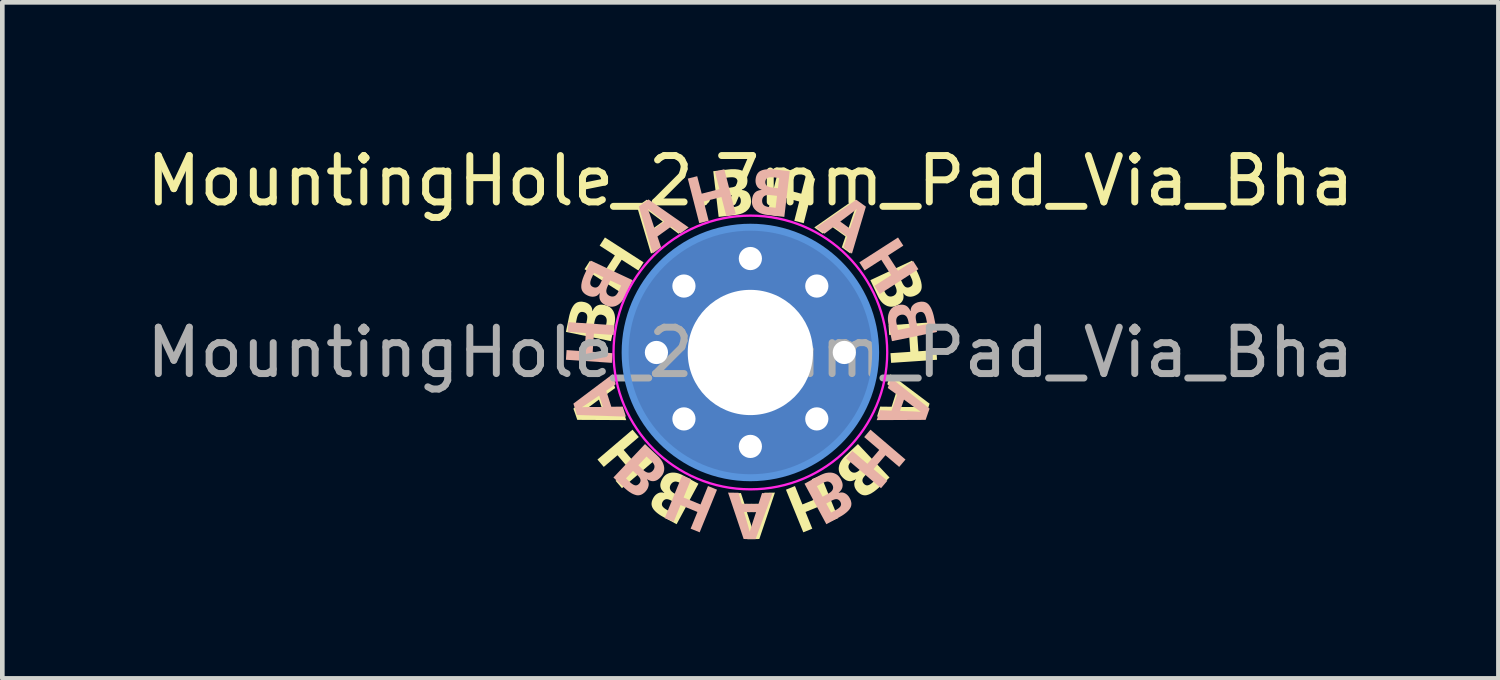
<source format=kicad_pcb>
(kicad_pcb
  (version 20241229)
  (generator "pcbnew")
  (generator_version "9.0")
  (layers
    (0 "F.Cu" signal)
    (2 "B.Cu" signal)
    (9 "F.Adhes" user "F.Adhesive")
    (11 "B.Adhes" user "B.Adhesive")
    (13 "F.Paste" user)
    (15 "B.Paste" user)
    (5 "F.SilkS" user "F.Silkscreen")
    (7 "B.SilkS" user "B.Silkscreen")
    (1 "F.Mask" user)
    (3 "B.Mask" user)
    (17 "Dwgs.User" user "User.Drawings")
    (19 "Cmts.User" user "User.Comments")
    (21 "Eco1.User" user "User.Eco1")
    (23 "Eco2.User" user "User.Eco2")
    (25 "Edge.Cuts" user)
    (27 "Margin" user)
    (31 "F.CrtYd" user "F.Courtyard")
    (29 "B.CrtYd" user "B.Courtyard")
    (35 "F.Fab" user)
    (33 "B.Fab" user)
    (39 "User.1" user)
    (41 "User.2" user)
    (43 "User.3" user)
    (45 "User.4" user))
  (footprint "MountingHole_2.7mm_Pad_Via_Bha"
    (layer "F.Cu")
    (at 13.125 4.548)
    (property "Reference" "MountingHole_2.7mm_Pad_Via_Bha" (at 0 -3.7 0) (layer "F.SilkS") (effects (font (size 1 1) (thickness 0.15))))
    (attr exclude_from_pos_files exclude_from_bom)
    (fp_poly (pts (xy -2.405 1.823) (xy -2.731 2.101) (xy -2.475 2.4) (xy -2.15 2.122) (xy -2.014 2.282) (xy -2.768 2.926) (xy -2.905 2.766) (xy -2.609 2.514) (xy -2.864 2.215) (xy -3.16 2.467) (xy -3.296 2.308) (xy -2.541 1.664)) (stroke (width -0.000001) (type solid)) (fill yes) (layer "F.SilkS"))
    (fp_poly (pts (xy -2.301 -1.943) (xy -2.414 -1.767) (xy -2.774 -1.998) (xy -2.987 -1.667) (xy -2.627 -1.436) (xy -2.74 -1.259) (xy -3.575 -1.795) (xy -3.461 -1.972) (xy -3.134 -1.762) (xy -2.921 -2.092) (xy -3.249 -2.303) (xy -3.135 -2.479)) (stroke (width -0.000001) (type solid)) (fill yes) (layer "F.SilkS"))
    (fp_poly (pts (xy 0.813 -3.898) (xy 0.716 -3.521) (xy 1.097 -3.423) (xy 1.194 -3.8) (xy 1.397 -3.748) (xy 1.15 -2.787) (xy 0.947 -2.839) (xy 1.053 -3.254) (xy 0.672 -3.352) (xy 0.566 -2.937) (xy 0.363 -2.989) (xy 0.61 -3.95)) (stroke (width -0.000001) (type solid)) (fill yes) (layer "F.SilkS"))
    (fp_poly (pts (xy 1.894 3.57) (xy 1.699 3.649) (xy 1.553 3.289) (xy 1.189 3.438) (xy 1.335 3.798) (xy 1.141 3.877) (xy 0.767 2.958) (xy 0.961 2.879) (xy 1.122 3.276) (xy 1.487 3.127) (xy 1.325 2.731) (xy 1.519 2.652)) (stroke (width -0.000001) (type solid)) (fill yes) (layer "F.SilkS"))
    (fp_poly (pts (xy 3.983 -0.445) (xy 3.595 -0.418) (xy 3.622 -0.026) (xy 4.01 -0.052) (xy 4.024 0.157) (xy 3.034 0.224) (xy 3.02 0.015) (xy 3.447 -0.014) (xy 3.42 -0.406) (xy 2.993 -0.377) (xy 2.979 -0.587) (xy 3.969 -0.654)) (stroke (width -0.000001) (type solid)) (fill yes) (layer "F.SilkS"))
    (fp_poly (pts (xy -2.914 0.766) (xy -3.114 0.911) (xy -2.996 1.253) (xy -2.749 1.244) (xy -2.675 1.458) (xy -3.731 1.453) (xy -3.79 1.28) (xy -3.627 1.28) (xy -3.612 1.279) (xy -3.595 1.278) (xy -3.576 1.277) (xy -3.555 1.276) (xy -3.514 1.273) (xy -3.474 1.271) (xy -3.457 1.27) (xy -3.442 1.269) (xy -3.43 1.269) (xy -3.425 1.269) (xy -3.421 1.269) (xy -3.18 1.26) (xy -3.264 1.016) (xy -3.458 1.16) (xy -3.481 1.176) (xy -3.509 1.197) (xy -3.54 1.219) (xy -3.571 1.242) (xy -3.587 1.253) (xy -3.601 1.263) (xy -3.615 1.272) (xy -3.627 1.28) (xy -3.79 1.28) (xy -3.815 1.21) (xy -2.988 0.552)) (stroke (width -0.000001) (type solid)) (fill yes) (layer "F.SilkS"))
    (fp_poly (pts (xy -1.366 -2.693) (xy -1.549 -2.56) (xy -1.746 -2.709) (xy -2.039 -2.497) (xy -1.959 -2.263) (xy -2.142 -2.131) (xy -2.428 -3.094) (xy -2.248 -3.094) (xy -2.242 -3.079) (xy -2.236 -3.063) (xy -2.23 -3.046) (xy -2.223 -3.026) (xy -2.209 -2.987) (xy -2.195 -2.95) (xy -2.189 -2.934) (xy -2.184 -2.92) (xy -2.18 -2.908) (xy -2.179 -2.903) (xy -2.177 -2.899) (xy -2.1 -2.671) (xy -1.89 -2.822) (xy -2.084 -2.967) (xy -2.106 -2.984) (xy -2.134 -3.005) (xy -2.164 -3.028) (xy -2.195 -3.051) (xy -2.21 -3.063) (xy -2.224 -3.074) (xy -2.236 -3.084) (xy -2.248 -3.094) (xy -2.428 -3.094) (xy -2.443 -3.143) (xy -2.235 -3.293)) (stroke (width -0.000001) (type solid)) (fill yes) (layer "F.SilkS"))
    (fp_poly (pts (xy 0.193 4.021) (xy -0.064 4.025) (xy -0.279 3.442) (xy -0.075 3.442) (xy 0.000433 3.671) (xy 0.009 3.698) (xy 0.019 3.731) (xy 0.031 3.767) (xy 0.043 3.804) (xy 0.048 3.822) (xy 0.053 3.839) (xy 0.058 3.855) (xy 0.062 3.869) (xy 0.065 3.854) (xy 0.069 3.838) (xy 0.074 3.819) (xy 0.08 3.799) (xy 0.091 3.76) (xy 0.101 3.721) (xy 0.106 3.704) (xy 0.109 3.69) (xy 0.113 3.679) (xy 0.114 3.674) (xy 0.116 3.67) (xy 0.183 3.438) (xy -0.075 3.442) (xy -0.279 3.442) (xy -0.429 3.034) (xy -0.203 3.031) (xy -0.127 3.266) (xy 0.234 3.261) (xy 0.303 3.024) (xy 0.529 3.021)) (stroke (width -0.000001) (type solid)) (fill yes) (layer "F.SilkS"))
    (fp_poly (pts (xy 3.863 1.103) (xy 3.786 1.348) (xy 2.73 1.383) (xy 2.796 1.175) (xy 3.229 1.175) (xy 3.47 1.175) (xy 3.498 1.176) (xy 3.533 1.176) (xy 3.571 1.177) (xy 3.61 1.177) (xy 3.629 1.177) (xy 3.646 1.178) (xy 3.662 1.179) (xy 3.677 1.179) (xy 3.664 1.171) (xy 3.65 1.162) (xy 3.634 1.152) (xy 3.617 1.14) (xy 3.6 1.129) (xy 3.583 1.118) (xy 3.566 1.106) (xy 3.549 1.095) (xy 3.535 1.086) (xy 3.523 1.078) (xy 3.513 1.071) (xy 3.509 1.068) (xy 3.505 1.065) (xy 3.306 0.928) (xy 3.229 1.175) (xy 2.796 1.175) (xy 2.798 1.167) (xy 3.045 1.17) (xy 3.154 0.825) (xy 2.951 0.685) (xy 3.019 0.469)) (stroke (width -0.000001) (type solid)) (fill yes) (layer "F.SilkS"))
    (fp_poly (pts (xy 2.453 -3.148) (xy 2.155 -2.135) (xy 1.971 -2.267) (xy 2.051 -2.501) (xy 1.758 -2.712) (xy 1.561 -2.563) (xy 1.378 -2.695) (xy 1.563 -2.824) (xy 1.904 -2.824) (xy 2.114 -2.673) (xy 2.19 -2.903) (xy 2.199 -2.929) (xy 2.21 -2.962) (xy 2.223 -2.998) (xy 2.235 -3.034) (xy 2.242 -3.052) (xy 2.248 -3.069) (xy 2.253 -3.084) (xy 2.259 -3.098) (xy 2.247 -3.088) (xy 2.234 -3.077) (xy 2.219 -3.066) (xy 2.202 -3.053) (xy 2.186 -3.04) (xy 2.17 -3.027) (xy 2.154 -3.015) (xy 2.139 -3.003) (xy 2.125 -2.992) (xy 2.114 -2.983) (xy 2.109 -2.979) (xy 2.104 -2.976) (xy 2.1 -2.973) (xy 2.096 -2.97) (xy 1.904 -2.824) (xy 1.563 -2.824) (xy 2.244 -3.299)) (stroke (width -0.000001) (type solid)) (fill yes) (layer "F.SilkS"))
    (fp_poly (pts (xy 3 2.695) (xy 2.776 2.907) (xy 2.758 2.924) (xy 2.74 2.939) (xy 2.723 2.954) (xy 2.705 2.968) (xy 2.688 2.982) (xy 2.672 2.994) (xy 2.655 3.006) (xy 2.639 3.016) (xy 2.623 3.026) (xy 2.608 3.036) (xy 2.592 3.044) (xy 2.577 3.051) (xy 2.562 3.058) (xy 2.548 3.063) (xy 2.533 3.068) (xy 2.519 3.072) (xy 2.505 3.076) (xy 2.491 3.078) (xy 2.478 3.079) (xy 2.464 3.079) (xy 2.451 3.078) (xy 2.437 3.076) (xy 2.424 3.073) (xy 2.411 3.069) (xy 2.398 3.064) (xy 2.385 3.058) (xy 2.373 3.051) (xy 2.36 3.042) (xy 2.348 3.033) (xy 2.335 3.023) (xy 2.323 3.012) (xy 2.311 3) (xy 2.304 2.992) (xy 2.297 2.984) (xy 2.291 2.976) (xy 2.285 2.968) (xy 2.279 2.96) (xy 2.274 2.952) (xy 2.269 2.944) (xy 2.265 2.936) (xy 2.261 2.928) (xy 2.257 2.919) (xy 2.253 2.911) (xy 2.25 2.902) (xy 2.248 2.894) (xy 2.245 2.885) (xy 2.244 2.877) (xy 2.242 2.868) (xy 2.241 2.859) (xy 2.24 2.851) (xy 2.24 2.842) (xy 2.24 2.834) (xy 2.24 2.826) (xy 2.241 2.817) (xy 2.243 2.809) (xy 2.245 2.801) (xy 2.247 2.793) (xy 2.25 2.785) (xy 2.253 2.777) (xy 2.256 2.769) (xy 2.26 2.762) (xy 2.264 2.757) (xy 2.416 2.757) (xy 2.416 2.762) (xy 2.416 2.768) (xy 2.417 2.773) (xy 2.418 2.779) (xy 2.42 2.784) (xy 2.421 2.79) (xy 2.424 2.795) (xy 2.426 2.8) (xy 2.429 2.806) (xy 2.432 2.811) (xy 2.436 2.816) (xy 2.44 2.821) (xy 2.444 2.827) (xy 2.449 2.832) (xy 2.453 2.837) (xy 2.458 2.841) (xy 2.463 2.845) (xy 2.469 2.849) (xy 2.474 2.852) (xy 2.479 2.855) (xy 2.484 2.858) (xy 2.49 2.86) (xy 2.495 2.862) (xy 2.501 2.863) (xy 2.506 2.864) (xy 2.512 2.865) (xy 2.518 2.865) (xy 2.523 2.864) (xy 2.529 2.864) (xy 2.535 2.863) (xy 2.541 2.861) (xy 2.547 2.859) (xy 2.554 2.857) (xy 2.56 2.854) (xy 2.567 2.851) (xy 2.573 2.848) (xy 2.58 2.844) (xy 2.587 2.839) (xy 2.594 2.835) (xy 2.602 2.829) (xy 2.609 2.824) (xy 2.617 2.818) (xy 2.624 2.812) (xy 2.632 2.805) (xy 2.64 2.798) (xy 2.648 2.79) (xy 2.729 2.714) (xy 2.578 2.553) (xy 2.489 2.637) (xy 2.481 2.645) (xy 2.473 2.653) (xy 2.466 2.66) (xy 2.459 2.668) (xy 2.453 2.675) (xy 2.447 2.682) (xy 2.442 2.689) (xy 2.437 2.696) (xy 2.433 2.702) (xy 2.429 2.709) (xy 2.426 2.715) (xy 2.423 2.721) (xy 2.421 2.728) (xy 2.419 2.734) (xy 2.418 2.739) (xy 2.417 2.745) (xy 2.416 2.751) (xy 2.416 2.757) (xy 2.264 2.757) (xy 2.265 2.754) (xy 2.27 2.747) (xy 2.275 2.739) (xy 2.271 2.734) (xy 2.265 2.737) (xy 2.26 2.741) (xy 2.254 2.744) (xy 2.249 2.747) (xy 2.243 2.749) (xy 2.238 2.752) (xy 2.232 2.754) (xy 2.227 2.757) (xy 2.221 2.759) (xy 2.215 2.761) (xy 2.21 2.763) (xy 2.204 2.765) (xy 2.198 2.767) (xy 2.193 2.768) (xy 2.187 2.769) (xy 2.181 2.771) (xy 2.175 2.772) (xy 2.169 2.773) (xy 2.163 2.773) (xy 2.158 2.774) (xy 2.152 2.774) (xy 2.146 2.774) (xy 2.14 2.774) (xy 2.134 2.773) (xy 2.128 2.773) (xy 2.122 2.772) (xy 2.116 2.771) (xy 2.11 2.769) (xy 2.103 2.768) (xy 2.097 2.766) (xy 2.091 2.764) (xy 2.085 2.762) (xy 2.079 2.76) (xy 2.072 2.757) (xy 2.066 2.754) (xy 2.06 2.751) (xy 2.054 2.747) (xy 2.047 2.743) (xy 2.041 2.739) (xy 2.034 2.734) (xy 2.028 2.729) (xy 2.021 2.724) (xy 2.015 2.719) (xy 2.008 2.713) (xy 2.002 2.707) (xy 1.995 2.701) (xy 1.989 2.694) (xy 1.982 2.687) (xy 1.971 2.675) (xy 1.961 2.662) (xy 1.951 2.65) (xy 1.943 2.637) (xy 1.935 2.624) (xy 1.928 2.61) (xy 1.922 2.597) (xy 1.917 2.583) (xy 1.913 2.569) (xy 1.91 2.555) (xy 1.907 2.541) (xy 1.906 2.527) (xy 1.905 2.512) (xy 1.905 2.497) (xy 1.906 2.482) (xy 1.908 2.467) (xy 1.909 2.462) (xy 2.115 2.462) (xy 2.115 2.468) (xy 2.115 2.475) (xy 2.116 2.481) (xy 2.118 2.488) (xy 2.119 2.494) (xy 2.122 2.5) (xy 2.124 2.506) (xy 2.127 2.512) (xy 2.13 2.518) (xy 2.133 2.524) (xy 2.137 2.53) (xy 2.141 2.536) (xy 2.145 2.541) (xy 2.15 2.547) (xy 2.155 2.553) (xy 2.16 2.558) (xy 2.165 2.562) (xy 2.17 2.566) (xy 2.175 2.57) (xy 2.18 2.574) (xy 2.185 2.577) (xy 2.191 2.58) (xy 2.196 2.582) (xy 2.202 2.585) (xy 2.208 2.587) (xy 2.214 2.588) (xy 2.219 2.589) (xy 2.226 2.59) (xy 2.232 2.591) (xy 2.238 2.591) (xy 2.244 2.591) (xy 2.251 2.59) (xy 2.257 2.59) (xy 2.264 2.588) (xy 2.271 2.586) (xy 2.278 2.584) (xy 2.286 2.581) (xy 2.293 2.577) (xy 2.301 2.573) (xy 2.309 2.569) (xy 2.317 2.564) (xy 2.325 2.558) (xy 2.333 2.552) (xy 2.342 2.545) (xy 2.35 2.538) (xy 2.359 2.53) (xy 2.368 2.522) (xy 2.463 2.432) (xy 2.286 2.244) (xy 2.186 2.338) (xy 2.177 2.346) (xy 2.17 2.354) (xy 2.162 2.362) (xy 2.156 2.37) (xy 2.149 2.378) (xy 2.144 2.385) (xy 2.138 2.393) (xy 2.134 2.4) (xy 2.129 2.407) (xy 2.126 2.414) (xy 2.123 2.421) (xy 2.12 2.428) (xy 2.118 2.435) (xy 2.116 2.442) (xy 2.115 2.449) (xy 2.115 2.455) (xy 2.115 2.462) (xy 1.909 2.462) (xy 1.911 2.452) (xy 1.914 2.436) (xy 1.918 2.421) (xy 1.924 2.406) (xy 1.93 2.391) (xy 1.936 2.376) (xy 1.944 2.361) (xy 1.952 2.346) (xy 1.962 2.331) (xy 1.972 2.316) (xy 1.983 2.302) (xy 1.994 2.287) (xy 2.007 2.272) (xy 2.02 2.257) (xy 2.034 2.243) (xy 2.049 2.228) (xy 2.319 1.974)) (stroke (width -0.000001) (type solid)) (fill yes) (layer "F.SilkS"))
    (fp_poly (pts (xy 3.616 -1.699) (xy 3.626 -1.677) (xy 3.635 -1.655) (xy 3.644 -1.634) (xy 3.652 -1.613) (xy 3.66 -1.593) (xy 3.666 -1.573) (xy 3.672 -1.554) (xy 3.677 -1.536) (xy 3.682 -1.517) (xy 3.685 -1.5) (xy 3.688 -1.482) (xy 3.691 -1.466) (xy 3.692 -1.45) (xy 3.693 -1.434) (xy 3.693 -1.419) (xy 3.693 -1.404) (xy 3.691 -1.39) (xy 3.689 -1.376) (xy 3.686 -1.363) (xy 3.681 -1.35) (xy 3.676 -1.337) (xy 3.67 -1.325) (xy 3.663 -1.314) (xy 3.655 -1.303) (xy 3.646 -1.292) (xy 3.636 -1.282) (xy 3.626 -1.272) (xy 3.614 -1.262) (xy 3.601 -1.253) (xy 3.588 -1.245) (xy 3.573 -1.237) (xy 3.558 -1.229) (xy 3.548 -1.225) (xy 3.539 -1.221) (xy 3.529 -1.217) (xy 3.52 -1.214) (xy 3.511 -1.211) (xy 3.501 -1.209) (xy 3.492 -1.207) (xy 3.483 -1.205) (xy 3.474 -1.204) (xy 3.465 -1.203) (xy 3.456 -1.202) (xy 3.447 -1.202) (xy 3.438 -1.202) (xy 3.429 -1.203) (xy 3.42 -1.204) (xy 3.411 -1.205) (xy 3.403 -1.207) (xy 3.394 -1.209) (xy 3.386 -1.211) (xy 3.378 -1.214) (xy 3.371 -1.217) (xy 3.363 -1.22) (xy 3.356 -1.224) (xy 3.349 -1.228) (xy 3.342 -1.233) (xy 3.335 -1.238) (xy 3.329 -1.244) (xy 3.322 -1.25) (xy 3.316 -1.256) (xy 3.31 -1.263) (xy 3.305 -1.27) (xy 3.299 -1.277) (xy 3.293 -1.274) (xy 3.295 -1.268) (xy 3.296 -1.262) (xy 3.297 -1.256) (xy 3.298 -1.25) (xy 3.299 -1.244) (xy 3.3 -1.237) (xy 3.301 -1.231) (xy 3.301 -1.225) (xy 3.301 -1.219) (xy 3.302 -1.213) (xy 3.302 -1.207) (xy 3.302 -1.201) (xy 3.301 -1.195) (xy 3.301 -1.189) (xy 3.301 -1.184) (xy 3.3 -1.178) (xy 3.299 -1.172) (xy 3.298 -1.166) (xy 3.297 -1.16) (xy 3.295 -1.154) (xy 3.294 -1.149) (xy 3.292 -1.143) (xy 3.29 -1.138) (xy 3.287 -1.132) (xy 3.285 -1.127) (xy 3.282 -1.121) (xy 3.279 -1.116) (xy 3.276 -1.11) (xy 3.273 -1.105) (xy 3.269 -1.1) (xy 3.265 -1.094) (xy 3.261 -1.089) (xy 3.257 -1.084) (xy 3.253 -1.079) (xy 3.248 -1.074) (xy 3.243 -1.069) (xy 3.237 -1.064) (xy 3.232 -1.059) (xy 3.226 -1.055) (xy 3.219 -1.05) (xy 3.213 -1.045) (xy 3.206 -1.041) (xy 3.199 -1.036) (xy 3.191 -1.032) (xy 3.183 -1.028) (xy 3.175 -1.023) (xy 3.167 -1.019) (xy 3.158 -1.015) (xy 3.143 -1.008) (xy 3.128 -1.002) (xy 3.113 -0.997) (xy 3.098 -0.993) (xy 3.083 -0.99) (xy 3.068 -0.988) (xy 3.054 -0.987) (xy 3.039 -0.986) (xy 3.025 -0.986) (xy 3.01 -0.988) (xy 2.996 -0.99) (xy 2.982 -0.993) (xy 2.968 -0.997) (xy 2.953 -1.001) (xy 2.94 -1.007) (xy 2.926 -1.014) (xy 2.912 -1.021) (xy 2.899 -1.029) (xy 2.886 -1.038) (xy 2.873 -1.048) (xy 2.86 -1.058) (xy 2.848 -1.069) (xy 2.837 -1.081) (xy 2.825 -1.094) (xy 2.814 -1.107) (xy 2.803 -1.122) (xy 2.792 -1.137) (xy 2.782 -1.152) (xy 2.772 -1.169) (xy 2.762 -1.186) (xy 2.753 -1.204) (xy 2.744 -1.223) (xy 2.641 -1.442) (xy 2.833 -1.442) (xy 2.891 -1.318) (xy 2.896 -1.307) (xy 2.901 -1.298) (xy 2.906 -1.288) (xy 2.911 -1.279) (xy 2.917 -1.271) (xy 2.922 -1.263) (xy 2.928 -1.256) (xy 2.933 -1.249) (xy 2.939 -1.243) (xy 2.944 -1.237) (xy 2.95 -1.232) (xy 2.956 -1.227) (xy 2.962 -1.223) (xy 2.968 -1.219) (xy 2.973 -1.216) (xy 2.98 -1.214) (xy 2.986 -1.211) (xy 2.992 -1.21) (xy 2.998 -1.208) (xy 3.005 -1.207) (xy 3.011 -1.207) (xy 3.018 -1.206) (xy 3.024 -1.206) (xy 3.031 -1.206) (xy 3.037 -1.207) (xy 3.044 -1.208) (xy 3.051 -1.209) (xy 3.057 -1.211) (xy 3.064 -1.213) (xy 3.071 -1.216) (xy 3.078 -1.218) (xy 3.085 -1.221) (xy 3.091 -1.224) (xy 3.097 -1.228) (xy 3.102 -1.231) (xy 3.108 -1.235) (xy 3.113 -1.239) (xy 3.117 -1.243) (xy 3.122 -1.247) (xy 3.126 -1.251) (xy 3.13 -1.256) (xy 3.133 -1.261) (xy 3.137 -1.266) (xy 3.14 -1.271) (xy 3.142 -1.277) (xy 3.145 -1.282) (xy 3.147 -1.288) (xy 3.149 -1.294) (xy 3.151 -1.3) (xy 3.152 -1.307) (xy 3.153 -1.314) (xy 3.153 -1.321) (xy 3.153 -1.329) (xy 3.152 -1.337) (xy 3.151 -1.345) (xy 3.15 -1.353) (xy 3.148 -1.362) (xy 3.146 -1.371) (xy 3.143 -1.381) (xy 3.14 -1.391) (xy 3.136 -1.401) (xy 3.132 -1.412) (xy 3.127 -1.422) (xy 3.122 -1.434) (xy 3.067 -1.552) (xy 2.833 -1.442) (xy 2.641 -1.442) (xy 2.587 -1.559) (xy 2.722 -1.622) (xy 3.218 -1.622) (xy 3.27 -1.512) (xy 3.275 -1.501) (xy 3.279 -1.492) (xy 3.284 -1.483) (xy 3.289 -1.474) (xy 3.294 -1.466) (xy 3.299 -1.458) (xy 3.304 -1.451) (xy 3.309 -1.445) (xy 3.314 -1.438) (xy 3.319 -1.433) (xy 3.324 -1.428) (xy 3.329 -1.423) (xy 3.334 -1.419) (xy 3.339 -1.415) (xy 3.344 -1.412) (xy 3.35 -1.409) (xy 3.355 -1.407) (xy 3.36 -1.405) (xy 3.366 -1.403) (xy 3.371 -1.402) (xy 3.377 -1.401) (xy 3.382 -1.4) (xy 3.388 -1.4) (xy 3.393 -1.4) (xy 3.399 -1.4) (xy 3.405 -1.401) (xy 3.411 -1.402) (xy 3.417 -1.404) (xy 3.423 -1.405) (xy 3.429 -1.407) (xy 3.435 -1.41) (xy 3.442 -1.413) (xy 3.448 -1.416) (xy 3.454 -1.419) (xy 3.459 -1.422) (xy 3.465 -1.426) (xy 3.469 -1.43) (xy 3.474 -1.434) (xy 3.478 -1.438) (xy 3.482 -1.443) (xy 3.485 -1.447) (xy 3.488 -1.452) (xy 3.491 -1.457) (xy 3.493 -1.462) (xy 3.495 -1.468) (xy 3.496 -1.473) (xy 3.497 -1.479) (xy 3.498 -1.485) (xy 3.499 -1.491) (xy 3.499 -1.498) (xy 3.499 -1.504) (xy 3.498 -1.511) (xy 3.497 -1.518) (xy 3.496 -1.526) (xy 3.494 -1.534) (xy 3.493 -1.542) (xy 3.49 -1.55) (xy 3.488 -1.559) (xy 3.485 -1.567) (xy 3.482 -1.576) (xy 3.478 -1.586) (xy 3.474 -1.595) (xy 3.47 -1.605) (xy 3.465 -1.615) (xy 3.418 -1.716) (xy 3.218 -1.622) (xy 2.722 -1.622) (xy 3.485 -1.979)) (stroke (width -0.000001) (type solid)) (fill yes) (layer "F.SilkS"))
    (fp_poly (pts (xy -1.654 2.589) (xy -1.638 2.59) (xy -1.621 2.592) (xy -1.604 2.594) (xy -1.588 2.597) (xy -1.571 2.601) (xy -1.553 2.606) (xy -1.536 2.612) (xy -1.518 2.619) (xy -1.5 2.626) (xy -1.482 2.634) (xy -1.464 2.643) (xy -1.445 2.653) (xy -1.119 2.829) (xy -1.59 3.702) (xy -1.862 3.555) (xy -1.883 3.543) (xy -1.904 3.531) (xy -1.923 3.52) (xy -1.942 3.508) (xy -1.96 3.496) (xy -1.977 3.484) (xy -1.993 3.472) (xy -2.009 3.46) (xy -2.023 3.448) (xy -2.037 3.436) (xy -2.049 3.424) (xy -2.061 3.412) (xy -2.072 3.4) (xy -2.082 3.388) (xy -2.091 3.376) (xy -2.099 3.364) (xy -2.107 3.351) (xy -2.113 3.339) (xy -2.118 3.326) (xy -2.123 3.313) (xy -2.126 3.3) (xy -2.128 3.287) (xy -2.13 3.274) (xy -2.13 3.269) (xy -1.907 3.269) (xy -1.907 3.275) (xy -1.906 3.28) (xy -1.906 3.286) (xy -1.904 3.291) (xy -1.903 3.297) (xy -1.901 3.302) (xy -1.898 3.308) (xy -1.895 3.313) (xy -1.892 3.318) (xy -1.888 3.323) (xy -1.884 3.329) (xy -1.879 3.334) (xy -1.874 3.339) (xy -1.869 3.344) (xy -1.863 3.35) (xy -1.857 3.355) (xy -1.85 3.36) (xy -1.843 3.365) (xy -1.835 3.371) (xy -1.827 3.376) (xy -1.819 3.381) (xy -1.81 3.387) (xy -1.801 3.392) (xy -1.791 3.398) (xy -1.693 3.45) (xy -1.588 3.256) (xy -1.696 3.198) (xy -1.706 3.193) (xy -1.715 3.188) (xy -1.725 3.183) (xy -1.734 3.179) (xy -1.743 3.176) (xy -1.751 3.173) (xy -1.759 3.17) (xy -1.767 3.167) (xy -1.775 3.166) (xy -1.782 3.164) (xy -1.789 3.163) (xy -1.796 3.162) (xy -1.803 3.162) (xy -1.809 3.162) (xy -1.815 3.163) (xy -1.821 3.163) (xy -1.826 3.165) (xy -1.832 3.166) (xy -1.837 3.168) (xy -1.842 3.17) (xy -1.847 3.173) (xy -1.852 3.176) (xy -1.857 3.179) (xy -1.862 3.182) (xy -1.866 3.186) (xy -1.87 3.19) (xy -1.874 3.194) (xy -1.878 3.199) (xy -1.882 3.204) (xy -1.886 3.209) (xy -1.889 3.215) (xy -1.893 3.221) (xy -1.896 3.227) (xy -1.899 3.233) (xy -1.901 3.239) (xy -1.903 3.245) (xy -1.905 3.251) (xy -1.906 3.257) (xy -1.907 3.263) (xy -1.907 3.269) (xy -2.13 3.269) (xy -2.13 3.26) (xy -2.129 3.246) (xy -2.127 3.232) (xy -2.125 3.218) (xy -2.121 3.203) (xy -2.116 3.188) (xy -2.11 3.173) (xy -2.103 3.158) (xy -2.096 3.143) (xy -2.09 3.134) (xy -2.085 3.125) (xy -2.08 3.116) (xy -2.074 3.108) (xy -2.068 3.1) (xy -2.062 3.093) (xy -2.056 3.086) (xy -2.05 3.079) (xy -2.043 3.072) (xy -2.036 3.066) (xy -2.029 3.06) (xy -2.022 3.055) (xy -2.015 3.05) (xy -2.007 3.045) (xy -2 3.04) (xy -1.992 3.036) (xy -1.984 3.032) (xy -1.976 3.029) (xy -1.969 3.026) (xy -1.961 3.023) (xy -1.952 3.021) (xy -1.944 3.02) (xy -1.936 3.018) (xy -1.928 3.018) (xy -1.92 3.017) (xy -1.911 3.017) (xy -1.903 3.018) (xy -1.894 3.019) (xy -1.886 3.02) (xy -1.877 3.022) (xy -1.868 3.025) (xy -1.859 3.027) (xy -1.856 3.021) (xy -1.861 3.017) (xy -1.866 3.013) (xy -1.87 3.009) (xy -1.875 3.005) (xy -1.879 3) (xy -1.883 2.996) (xy -1.888 2.991) (xy -1.891 2.987) (xy -1.895 2.982) (xy -1.899 2.977) (xy -1.903 2.973) (xy -1.906 2.968) (xy -1.91 2.963) (xy -1.913 2.958) (xy -1.916 2.953) (xy -1.919 2.948) (xy -1.922 2.943) (xy -1.925 2.937) (xy -1.927 2.932) (xy -1.929 2.926) (xy -1.931 2.921) (xy -1.933 2.915) (xy -1.935 2.91) (xy -1.935 2.909) (xy -1.736 2.909) (xy -1.736 2.915) (xy -1.735 2.921) (xy -1.735 2.927) (xy -1.734 2.933) (xy -1.732 2.939) (xy -1.73 2.945) (xy -1.728 2.951) (xy -1.727 2.954) (xy -1.726 2.957) (xy -1.723 2.963) (xy -1.72 2.969) (xy -1.716 2.975) (xy -1.711 2.981) (xy -1.706 2.987) (xy -1.7 2.993) (xy -1.694 2.999) (xy -1.687 3.005) (xy -1.68 3.011) (xy -1.672 3.017) (xy -1.663 3.023) (xy -1.654 3.029) (xy -1.645 3.035) (xy -1.635 3.041) (xy -1.624 3.047) (xy -1.509 3.109) (xy -1.386 2.882) (xy -1.507 2.817) (xy -1.517 2.811) (xy -1.527 2.806) (xy -1.537 2.802) (xy -1.547 2.798) (xy -1.556 2.794) (xy -1.565 2.791) (xy -1.574 2.789) (xy -1.582 2.786) (xy -1.59 2.785) (xy -1.598 2.783) (xy -1.606 2.783) (xy -1.613 2.782) (xy -1.62 2.782) (xy -1.627 2.783) (xy -1.634 2.784) (xy -1.64 2.786) (xy -1.647 2.788) (xy -1.653 2.79) (xy -1.659 2.793) (xy -1.664 2.796) (xy -1.67 2.799) (xy -1.675 2.802) (xy -1.681 2.806) (xy -1.686 2.81) (xy -1.691 2.815) (xy -1.695 2.82) (xy -1.7 2.825) (xy -1.704 2.83) (xy -1.709 2.836) (xy -1.713 2.842) (xy -1.717 2.848) (xy -1.72 2.855) (xy -1.723 2.861) (xy -1.726 2.867) (xy -1.729 2.873) (xy -1.731 2.879) (xy -1.732 2.885) (xy -1.734 2.891) (xy -1.735 2.897) (xy -1.735 2.903) (xy -1.736 2.909) (xy -1.935 2.909) (xy -1.936 2.904) (xy -1.938 2.898) (xy -1.939 2.892) (xy -1.939 2.886) (xy -1.94 2.879) (xy -1.941 2.873) (xy -1.941 2.867) (xy -1.941 2.86) (xy -1.941 2.854) (xy -1.941 2.847) (xy -1.94 2.84) (xy -1.939 2.833) (xy -1.938 2.826) (xy -1.936 2.819) (xy -1.935 2.812) (xy -1.933 2.805) (xy -1.93 2.797) (xy -1.928 2.789) (xy -1.925 2.782) (xy -1.922 2.774) (xy -1.919 2.766) (xy -1.915 2.758) (xy -1.911 2.749) (xy -1.907 2.741) (xy -1.902 2.733) (xy -1.894 2.718) (xy -1.885 2.704) (xy -1.876 2.692) (xy -1.867 2.679) (xy -1.857 2.668) (xy -1.846 2.657) (xy -1.835 2.647) (xy -1.824 2.638) (xy -1.812 2.63) (xy -1.8 2.622) (xy -1.787 2.616) (xy -1.774 2.61) (xy -1.76 2.604) (xy -1.746 2.6) (xy -1.731 2.596) (xy -1.716 2.593) (xy -1.701 2.591) (xy -1.685 2.589) (xy -1.67 2.589)) (stroke (width -0.000001) (type solid)) (fill yes) (layer "F.SilkS"))
    (fp_poly (pts (xy -3.637 -1.095) (xy -3.621 -1.094) (xy -3.605 -1.091) (xy -3.588 -1.088) (xy -3.577 -1.086) (xy -3.567 -1.084) (xy -3.558 -1.081) (xy -3.548 -1.078) (xy -3.539 -1.074) (xy -3.53 -1.071) (xy -3.521 -1.067) (xy -3.513 -1.063) (xy -3.505 -1.058) (xy -3.497 -1.054) (xy -3.489 -1.049) (xy -3.482 -1.044) (xy -3.475 -1.038) (xy -3.468 -1.032) (xy -3.462 -1.026) (xy -3.455 -1.02) (xy -3.449 -1.014) (xy -3.444 -1.007) (xy -3.439 -1.001) (xy -3.434 -0.994) (xy -3.43 -0.987) (xy -3.426 -0.979) (xy -3.422 -0.972) (xy -3.419 -0.964) (xy -3.416 -0.956) (xy -3.414 -0.948) (xy -3.412 -0.94) (xy -3.411 -0.932) (xy -3.409 -0.923) (xy -3.409 -0.914) (xy -3.408 -0.905) (xy -3.409 -0.896) (xy -3.402 -0.894) (xy -3.399 -0.9) (xy -3.397 -0.906) (xy -3.394 -0.912) (xy -3.391 -0.917) (xy -3.388 -0.923) (xy -3.385 -0.928) (xy -3.382 -0.933) (xy -3.379 -0.938) (xy -3.376 -0.943) (xy -3.372 -0.948) (xy -3.369 -0.953) (xy -3.365 -0.958) (xy -3.361 -0.962) (xy -3.358 -0.967) (xy -3.354 -0.972) (xy -3.35 -0.976) (xy -3.345 -0.98) (xy -3.341 -0.984) (xy -3.337 -0.988) (xy -3.332 -0.992) (xy -3.327 -0.995) (xy -3.323 -0.999) (xy -3.318 -1.002) (xy -3.312 -1.005) (xy -3.307 -1.008) (xy -3.302 -1.011) (xy -3.296 -1.013) (xy -3.29 -1.016) (xy -3.285 -1.018) (xy -3.279 -1.02) (xy -3.272 -1.022) (xy -3.266 -1.024) (xy -3.26 -1.026) (xy -3.253 -1.027) (xy -3.246 -1.028) (xy -3.239 -1.029) (xy -3.232 -1.03) (xy -3.224 -1.03) (xy -3.217 -1.03) (xy -3.209 -1.03) (xy -3.201 -1.03) (xy -3.192 -1.03) (xy -3.184 -1.029) (xy -3.175 -1.028) (xy -3.167 -1.027) (xy -3.157 -1.026) (xy -3.148 -1.024) (xy -3.139 -1.022) (xy -3.123 -1.018) (xy -3.107 -1.014) (xy -3.092 -1.009) (xy -3.078 -1.003) (xy -3.064 -0.997) (xy -3.051 -0.99) (xy -3.038 -0.983) (xy -3.026 -0.974) (xy -3.015 -0.965) (xy -3.004 -0.956) (xy -2.993 -0.946) (xy -2.984 -0.935) (xy -2.975 -0.923) (xy -2.966 -0.911) (xy -2.959 -0.898) (xy -2.951 -0.885) (xy -2.945 -0.871) (xy -2.939 -0.856) (xy -2.934 -0.841) (xy -2.929 -0.826) (xy -2.925 -0.81) (xy -2.922 -0.794) (xy -2.92 -0.777) (xy -2.918 -0.76) (xy -2.917 -0.743) (xy -2.917 -0.725) (xy -2.917 -0.706) (xy -2.919 -0.687) (xy -2.92 -0.668) (xy -2.923 -0.649) (xy -2.926 -0.628) (xy -2.93 -0.608) (xy -3.004 -0.244) (xy -3.976 -0.443) (xy -3.957 -0.537) (xy -3.386 -0.537) (xy -3.132 -0.485) (xy -3.105 -0.62) (xy -3.103 -0.631) (xy -3.101 -0.642) (xy -3.099 -0.653) (xy -3.098 -0.663) (xy -3.098 -0.673) (xy -3.097 -0.682) (xy -3.097 -0.691) (xy -3.098 -0.7) (xy -3.098 -0.708) (xy -3.099 -0.716) (xy -3.101 -0.724) (xy -3.103 -0.731) (xy -3.105 -0.738) (xy -3.108 -0.744) (xy -3.11 -0.75) (xy -3.114 -0.756) (xy -3.118 -0.761) (xy -3.122 -0.767) (xy -3.126 -0.772) (xy -3.13 -0.776) (xy -3.135 -0.781) (xy -3.14 -0.785) (xy -3.145 -0.789) (xy -3.151 -0.792) (xy -3.156 -0.796) (xy -3.162 -0.799) (xy -3.168 -0.802) (xy -3.175 -0.804) (xy -3.182 -0.807) (xy -3.188 -0.809) (xy -3.196 -0.811) (xy -3.203 -0.813) (xy -3.21 -0.814) (xy -3.216 -0.815) (xy -3.223 -0.815) (xy -3.229 -0.815) (xy -3.236 -0.815) (xy -3.242 -0.815) (xy -3.248 -0.814) (xy -3.254 -0.813) (xy -3.26 -0.812) (xy -3.265 -0.81) (xy -3.271 -0.808) (xy -3.277 -0.805) (xy -3.282 -0.803) (xy -3.287 -0.799) (xy -3.293 -0.796) (xy -3.298 -0.792) (xy -3.3 -0.79) (xy -3.303 -0.788) (xy -3.305 -0.786) (xy -3.308 -0.784) (xy -3.313 -0.779) (xy -3.317 -0.773) (xy -3.322 -0.767) (xy -3.326 -0.76) (xy -3.33 -0.753) (xy -3.334 -0.745) (xy -3.338 -0.737) (xy -3.341 -0.728) (xy -3.345 -0.719) (xy -3.348 -0.709) (xy -3.351 -0.699) (xy -3.354 -0.688) (xy -3.357 -0.676) (xy -3.359 -0.664) (xy -3.386 -0.537) (xy -3.957 -0.537) (xy -3.941 -0.614) (xy -3.765 -0.614) (xy -3.549 -0.57) (xy -3.524 -0.69) (xy -3.522 -0.701) (xy -3.52 -0.711) (xy -3.519 -0.722) (xy -3.518 -0.731) (xy -3.517 -0.741) (xy -3.516 -0.75) (xy -3.516 -0.759) (xy -3.516 -0.767) (xy -3.516 -0.775) (xy -3.517 -0.782) (xy -3.518 -0.79) (xy -3.519 -0.796) (xy -3.521 -0.803) (xy -3.523 -0.809) (xy -3.525 -0.814) (xy -3.528 -0.819) (xy -3.53 -0.824) (xy -3.534 -0.829) (xy -3.537 -0.834) (xy -3.54 -0.838) (xy -3.544 -0.842) (xy -3.548 -0.846) (xy -3.553 -0.85) (xy -3.557 -0.853) (xy -3.562 -0.856) (xy -3.567 -0.859) (xy -3.573 -0.862) (xy -3.578 -0.864) (xy -3.584 -0.867) (xy -3.59 -0.868) (xy -3.597 -0.87) (xy -3.603 -0.872) (xy -3.61 -0.873) (xy -3.617 -0.874) (xy -3.624 -0.874) (xy -3.63 -0.875) (xy -3.636 -0.874) (xy -3.642 -0.874) (xy -3.648 -0.873) (xy -3.654 -0.871) (xy -3.659 -0.87) (xy -3.664 -0.868) (xy -3.669 -0.865) (xy -3.674 -0.862) (xy -3.679 -0.859) (xy -3.684 -0.856) (xy -3.688 -0.852) (xy -3.692 -0.847) (xy -3.696 -0.843) (xy -3.7 -0.838) (xy -3.704 -0.832) (xy -3.708 -0.826) (xy -3.711 -0.82) (xy -3.715 -0.813) (xy -3.718 -0.806) (xy -3.721 -0.798) (xy -3.724 -0.79) (xy -3.727 -0.782) (xy -3.73 -0.773) (xy -3.733 -0.764) (xy -3.736 -0.754) (xy -3.738 -0.744) (xy -3.741 -0.734) (xy -3.743 -0.723) (xy -3.765 -0.614) (xy -3.941 -0.614) (xy -3.914 -0.745) (xy -3.904 -0.792) (xy -3.898 -0.815) (xy -3.892 -0.836) (xy -3.886 -0.857) (xy -3.88 -0.876) (xy -3.873 -0.895) (xy -3.866 -0.913) (xy -3.859 -0.931) (xy -3.851 -0.947) (xy -3.843 -0.963) (xy -3.835 -0.977) (xy -3.827 -0.991) (xy -3.818 -1.004) (xy -3.809 -1.017) (xy -3.8 -1.028) (xy -3.795 -1.034) (xy -3.79 -1.039) (xy -3.785 -1.044) (xy -3.78 -1.048) (xy -3.775 -1.053) (xy -3.77 -1.057) (xy -3.764 -1.061) (xy -3.758 -1.065) (xy -3.753 -1.069) (xy -3.747 -1.072) (xy -3.741 -1.075) (xy -3.735 -1.078) (xy -3.729 -1.081) (xy -3.722 -1.083) (xy -3.716 -1.085) (xy -3.709 -1.087) (xy -3.703 -1.089) (xy -3.696 -1.091) (xy -3.689 -1.092) (xy -3.682 -1.093) (xy -3.667 -1.094) (xy -3.652 -1.095)) (stroke (width -0.000001) (type solid)) (fill yes) (layer "F.SilkS"))
    (fp_poly (pts (xy -0.339 -3.951) (xy -0.319 -3.95) (xy -0.301 -3.948) (xy -0.283 -3.946) (xy -0.265 -3.944) (xy -0.249 -3.941) (xy -0.233 -3.937) (xy -0.218 -3.933) (xy -0.203 -3.928) (xy -0.189 -3.923) (xy -0.183 -3.92) (xy -0.176 -3.917) (xy -0.17 -3.914) (xy -0.164 -3.911) (xy -0.158 -3.907) (xy -0.152 -3.904) (xy -0.147 -3.9) (xy -0.141 -3.896) (xy -0.136 -3.891) (xy -0.131 -3.887) (xy -0.126 -3.882) (xy -0.122 -3.877) (xy -0.117 -3.872) (xy -0.113 -3.867) (xy -0.109 -3.862) (xy -0.105 -3.856) (xy -0.101 -3.85) (xy -0.097 -3.844) (xy -0.094 -3.838) (xy -0.091 -3.832) (xy -0.088 -3.825) (xy -0.085 -3.818) (xy -0.082 -3.811) (xy -0.08 -3.804) (xy -0.075 -3.789) (xy -0.071 -3.774) (xy -0.068 -3.758) (xy -0.066 -3.741) (xy -0.065 -3.73) (xy -0.064 -3.72) (xy -0.063 -3.71) (xy -0.063 -3.7) (xy -0.064 -3.69) (xy -0.064 -3.68) (xy -0.065 -3.671) (xy -0.067 -3.662) (xy -0.068 -3.653) (xy -0.07 -3.644) (xy -0.072 -3.635) (xy -0.075 -3.626) (xy -0.078 -3.618) (xy -0.081 -3.61) (xy -0.085 -3.602) (xy -0.089 -3.594) (xy -0.093 -3.586) (xy -0.097 -3.579) (xy -0.102 -3.572) (xy -0.107 -3.565) (xy -0.113 -3.559) (xy -0.118 -3.553) (xy -0.124 -3.547) (xy -0.131 -3.542) (xy -0.137 -3.537) (xy -0.144 -3.532) (xy -0.151 -3.527) (xy -0.159 -3.523) (xy -0.167 -3.52) (xy -0.175 -3.516) (xy -0.184 -3.513) (xy -0.192 -3.51) (xy -0.192 -3.503) (xy -0.185 -3.503) (xy -0.179 -3.502) (xy -0.173 -3.501) (xy -0.167 -3.5) (xy -0.161 -3.499) (xy -0.155 -3.498) (xy -0.149 -3.497) (xy -0.143 -3.495) (xy -0.137 -3.494) (xy -0.131 -3.492) (xy -0.125 -3.49) (xy -0.12 -3.488) (xy -0.114 -3.486) (xy -0.109 -3.484) (xy -0.103 -3.482) (xy -0.098 -3.479) (xy -0.092 -3.477) (xy -0.087 -3.474) (xy -0.082 -3.471) (xy -0.077 -3.468) (xy -0.072 -3.464) (xy -0.068 -3.461) (xy -0.063 -3.457) (xy -0.058 -3.453) (xy -0.054 -3.449) (xy -0.05 -3.445) (xy -0.045 -3.44) (xy -0.041 -3.436) (xy -0.037 -3.431) (xy -0.033 -3.426) (xy -0.03 -3.421) (xy -0.026 -3.415) (xy -0.022 -3.41) (xy -0.019 -3.404) (xy -0.016 -3.397) (xy -0.013 -3.391) (xy -0.01 -3.384) (xy -0.007 -3.377) (xy -0.004 -3.37) (xy -0.002 -3.363) (xy 0.001 -3.355) (xy 0.003 -3.347) (xy 0.005 -3.339) (xy 0.007 -3.33) (xy 0.008 -3.322) (xy 0.01 -3.313) (xy 0.011 -3.303) (xy 0.012 -3.294) (xy 0.014 -3.277) (xy 0.015 -3.261) (xy 0.015 -3.245) (xy 0.014 -3.23) (xy 0.012 -3.215) (xy 0.01 -3.2) (xy 0.006 -3.186) (xy 0.002 -3.172) (xy -0.003 -3.158) (xy -0.008 -3.145) (xy -0.015 -3.132) (xy -0.022 -3.119) (xy -0.03 -3.107) (xy -0.039 -3.095) (xy -0.049 -3.084) (xy -0.059 -3.073) (xy -0.071 -3.062) (xy -0.083 -3.052) (xy -0.095 -3.042) (xy -0.108 -3.033) (xy -0.122 -3.025) (xy -0.137 -3.017) (xy -0.152 -3.009) (xy -0.167 -3.002) (xy -0.184 -2.996) (xy -0.201 -2.99) (xy -0.218 -2.984) (xy -0.236 -2.98) (xy -0.255 -2.975) (xy -0.275 -2.971) (xy -0.295 -2.968) (xy -0.315 -2.965) (xy -0.684 -2.922) (xy -0.737 -3.376) (xy -0.526 -3.376) (xy -0.496 -3.119) (xy -0.359 -3.135) (xy -0.348 -3.137) (xy -0.337 -3.138) (xy -0.326 -3.14) (xy -0.316 -3.142) (xy -0.307 -3.145) (xy -0.297 -3.148) (xy -0.289 -3.15) (xy -0.281 -3.153) (xy -0.273 -3.157) (xy -0.266 -3.16) (xy -0.259 -3.164) (xy -0.253 -3.168) (xy -0.247 -3.172) (xy -0.242 -3.177) (xy -0.237 -3.182) (xy -0.232 -3.186) (xy -0.228 -3.192) (xy -0.225 -3.197) (xy -0.222 -3.203) (xy -0.218 -3.208) (xy -0.216 -3.214) (xy -0.213 -3.22) (xy -0.211 -3.227) (xy -0.21 -3.233) (xy -0.208 -3.239) (xy -0.207 -3.246) (xy -0.206 -3.253) (xy -0.206 -3.26) (xy -0.205 -3.267) (xy -0.206 -3.274) (xy -0.206 -3.281) (xy -0.207 -3.289) (xy -0.208 -3.296) (xy -0.209 -3.302) (xy -0.21 -3.309) (xy -0.212 -3.315) (xy -0.214 -3.321) (xy -0.217 -3.326) (xy -0.219 -3.332) (xy -0.222 -3.337) (xy -0.225 -3.342) (xy -0.229 -3.347) (xy -0.233 -3.352) (xy -0.237 -3.357) (xy -0.241 -3.361) (xy -0.246 -3.365) (xy -0.251 -3.369) (xy -0.256 -3.373) (xy -0.261 -3.376) (xy -0.267 -3.379) (xy -0.273 -3.382) (xy -0.28 -3.385) (xy -0.287 -3.387) (xy -0.295 -3.389) (xy -0.303 -3.391) (xy -0.312 -3.392) (xy -0.321 -3.393) (xy -0.33 -3.394) (xy -0.34 -3.394) (xy -0.35 -3.394) (xy -0.361 -3.394) (xy -0.373 -3.393) (xy -0.384 -3.392) (xy -0.396 -3.391) (xy -0.526 -3.376) (xy -0.737 -3.376) (xy -0.783 -3.761) (xy -0.572 -3.761) (xy -0.546 -3.541) (xy -0.424 -3.555) (xy -0.413 -3.557) (xy -0.403 -3.559) (xy -0.392 -3.56) (xy -0.383 -3.562) (xy -0.373 -3.564) (xy -0.364 -3.567) (xy -0.356 -3.569) (xy -0.348 -3.572) (xy -0.341 -3.575) (xy -0.334 -3.578) (xy -0.327 -3.581) (xy -0.322 -3.584) (xy -0.316 -3.588) (xy -0.311 -3.591) (xy -0.306 -3.595) (xy -0.302 -3.599) (xy -0.298 -3.604) (xy -0.295 -3.608) (xy -0.291 -3.613) (xy -0.288 -3.617) (xy -0.286 -3.622) (xy -0.283 -3.627) (xy -0.281 -3.633) (xy -0.28 -3.638) (xy -0.278 -3.644) (xy -0.277 -3.649) (xy -0.276 -3.655) (xy -0.275 -3.661) (xy -0.275 -3.668) (xy -0.275 -3.674) (xy -0.276 -3.681) (xy -0.276 -3.688) (xy -0.277 -3.695) (xy -0.279 -3.701) (xy -0.28 -3.708) (xy -0.282 -3.714) (xy -0.284 -3.719) (xy -0.287 -3.725) (xy -0.289 -3.73) (xy -0.292 -3.735) (xy -0.296 -3.74) (xy -0.299 -3.744) (xy -0.303 -3.748) (xy -0.308 -3.752) (xy -0.312 -3.755) (xy -0.317 -3.759) (xy -0.322 -3.762) (xy -0.327 -3.764) (xy -0.333 -3.767) (xy -0.339 -3.769) (xy -0.346 -3.771) (xy -0.352 -3.772) (xy -0.359 -3.774) (xy -0.367 -3.775) (xy -0.375 -3.776) (xy -0.383 -3.777) (xy -0.392 -3.777) (xy -0.4 -3.777) (xy -0.41 -3.777) (xy -0.419 -3.777) (xy -0.429 -3.776) (xy -0.44 -3.776) (xy -0.45 -3.775) (xy -0.461 -3.774) (xy -0.572 -3.761) (xy -0.783 -3.761) (xy -0.8 -3.907) (xy -0.494 -3.943) (xy -0.446 -3.948) (xy -0.423 -3.95) (xy -0.401 -3.951) (xy -0.379 -3.951) (xy -0.359 -3.951)) (stroke (width -0.000001) (type solid)) (fill yes) (layer "F.SilkS"))
    (fp_poly (pts (xy -3.935 -0.445) (xy -3.547 -0.418) (xy -3.574 -0.026) (xy -3.962 -0.052) (xy -3.976 0.157) (xy -2.986 0.224) (xy -2.972 0.015) (xy -3.399 -0.014) (xy -3.372 -0.406) (xy -2.946 -0.377) (xy -2.931 -0.587) (xy -3.921 -0.654)) (stroke (width -0.000001) (type solid)) (fill yes) (layer "B.SilkS"))
    (fp_poly (pts (xy -1.846 3.57) (xy -1.652 3.649) (xy -1.505 3.289) (xy -1.141 3.438) (xy -1.288 3.798) (xy -1.093 3.877) (xy -0.719 2.958) (xy -0.913 2.879) (xy -1.075 3.276) (xy -1.439 3.127) (xy -1.277 2.731) (xy -1.471 2.652)) (stroke (width -0.000001) (type solid)) (fill yes) (layer "B.SilkS"))
    (fp_poly (pts (xy -0.765 -3.898) (xy -0.668 -3.521) (xy -1.049 -3.423) (xy -1.146 -3.8) (xy -1.349 -3.748) (xy -1.102 -2.787) (xy -0.899 -2.839) (xy -1.005 -3.254) (xy -0.624 -3.352) (xy -0.518 -2.937) (xy -0.315 -2.989) (xy -0.562 -3.95)) (stroke (width -0.000001) (type solid)) (fill yes) (layer "B.SilkS"))
    (fp_poly (pts (xy 2.349 -1.943) (xy 2.462 -1.767) (xy 2.822 -1.998) (xy 3.034 -1.667) (xy 2.674 -1.436) (xy 2.788 -1.259) (xy 3.622 -1.795) (xy 3.509 -1.972) (xy 3.182 -1.762) (xy 2.969 -2.092) (xy 3.297 -2.303) (xy 3.183 -2.479)) (stroke (width -0.000001) (type solid)) (fill yes) (layer "B.SilkS"))
    (fp_poly (pts (xy 2.453 1.823) (xy 2.778 2.101) (xy 2.523 2.4) (xy 2.198 2.122) (xy 2.062 2.282) (xy 2.816 2.926) (xy 2.952 2.766) (xy 2.656 2.514) (xy 2.912 2.215) (xy 3.208 2.467) (xy 3.344 2.308) (xy 2.589 1.664)) (stroke (width -0.000001) (type solid)) (fill yes) (layer "B.SilkS"))
    (fp_poly (pts (xy -0.145 4.021) (xy 0.112 4.025) (xy 0.327 3.442) (xy 0.123 3.442) (xy 0.047 3.671) (xy 0.039 3.698) (xy 0.029 3.731) (xy 0.017 3.767) (xy 0.005 3.804) (xy -0.000253 3.822) (xy -0.005 3.839) (xy -0.01 3.855) (xy -0.014 3.869) (xy -0.017 3.854) (xy -0.022 3.838) (xy -0.027 3.819) (xy -0.032 3.799) (xy -0.043 3.76) (xy -0.053 3.721) (xy -0.058 3.704) (xy -0.062 3.69) (xy -0.065 3.679) (xy -0.066 3.674) (xy -0.068 3.67) (xy -0.136 3.438) (xy 0.123 3.442) (xy 0.327 3.442) (xy 0.477 3.034) (xy 0.251 3.031) (xy 0.175 3.266) (xy -0.186 3.261) (xy -0.255 3.024) (xy -0.481 3.021)) (stroke (width -0.000001) (type solid)) (fill yes) (layer "B.SilkS"))
    (fp_poly (pts (xy 1.414 -2.693) (xy 1.597 -2.56) (xy 1.794 -2.709) (xy 2.087 -2.497) (xy 2.007 -2.263) (xy 2.19 -2.131) (xy 2.476 -3.094) (xy 2.296 -3.094) (xy 2.29 -3.079) (xy 2.284 -3.063) (xy 2.278 -3.046) (xy 2.271 -3.026) (xy 2.256 -2.987) (xy 2.243 -2.95) (xy 2.237 -2.934) (xy 2.232 -2.92) (xy 2.228 -2.908) (xy 2.226 -2.903) (xy 2.225 -2.899) (xy 2.147 -2.671) (xy 1.938 -2.822) (xy 2.132 -2.967) (xy 2.154 -2.984) (xy 2.181 -3.005) (xy 2.212 -3.028) (xy 2.243 -3.051) (xy 2.258 -3.063) (xy 2.271 -3.074) (xy 2.284 -3.084) (xy 2.296 -3.094) (xy 2.476 -3.094) (xy 2.491 -3.143) (xy 2.283 -3.293)) (stroke (width -0.000001) (type solid)) (fill yes) (layer "B.SilkS"))
    (fp_poly (pts (xy 2.962 0.766) (xy 3.162 0.911) (xy 3.043 1.253) (xy 2.797 1.244) (xy 2.723 1.458) (xy 3.778 1.453) (xy 3.838 1.28) (xy 3.675 1.28) (xy 3.66 1.279) (xy 3.643 1.278) (xy 3.624 1.277) (xy 3.603 1.276) (xy 3.562 1.273) (xy 3.522 1.271) (xy 3.505 1.27) (xy 3.49 1.269) (xy 3.478 1.269) (xy 3.473 1.269) (xy 3.469 1.269) (xy 3.227 1.26) (xy 3.312 1.016) (xy 3.506 1.16) (xy 3.529 1.176) (xy 3.557 1.197) (xy 3.588 1.219) (xy 3.619 1.242) (xy 3.635 1.253) (xy 3.649 1.263) (xy 3.662 1.272) (xy 3.675 1.28) (xy 3.838 1.28) (xy 3.863 1.21) (xy 3.036 0.552)) (stroke (width -0.000001) (type solid)) (fill yes) (layer "B.SilkS"))
    (fp_poly (pts (xy -3.815 1.103) (xy -3.738 1.348) (xy -2.682 1.383) (xy -2.748 1.175) (xy -3.181 1.175) (xy -3.423 1.175) (xy -3.45 1.176) (xy -3.485 1.176) (xy -3.523 1.177) (xy -3.562 1.177) (xy -3.581 1.177) (xy -3.598 1.178) (xy -3.615 1.179) (xy -3.63 1.179) (xy -3.617 1.171) (xy -3.602 1.162) (xy -3.586 1.152) (xy -3.569 1.14) (xy -3.552 1.129) (xy -3.535 1.118) (xy -3.518 1.106) (xy -3.502 1.095) (xy -3.487 1.086) (xy -3.475 1.078) (xy -3.465 1.071) (xy -3.461 1.068) (xy -3.457 1.065) (xy -3.259 0.928) (xy -3.181 1.175) (xy -2.748 1.175) (xy -2.751 1.167) (xy -2.998 1.17) (xy -3.106 0.825) (xy -2.903 0.685) (xy -2.971 0.469)) (stroke (width -0.000001) (type solid)) (fill yes) (layer "B.SilkS"))
    (fp_poly (pts (xy -2.405 -3.148) (xy -2.107 -2.135) (xy -1.924 -2.267) (xy -2.003 -2.501) (xy -1.71 -2.712) (xy -1.513 -2.563) (xy -1.33 -2.695) (xy -1.515 -2.824) (xy -1.856 -2.824) (xy -2.066 -2.673) (xy -2.142 -2.903) (xy -2.151 -2.929) (xy -2.162 -2.962) (xy -2.175 -2.998) (xy -2.187 -3.034) (xy -2.194 -3.052) (xy -2.2 -3.069) (xy -2.205 -3.084) (xy -2.211 -3.098) (xy -2.199 -3.088) (xy -2.186 -3.077) (xy -2.171 -3.066) (xy -2.155 -3.053) (xy -2.138 -3.04) (xy -2.122 -3.027) (xy -2.107 -3.015) (xy -2.091 -3.003) (xy -2.077 -2.992) (xy -2.066 -2.983) (xy -2.061 -2.979) (xy -2.056 -2.976) (xy -2.052 -2.973) (xy -2.049 -2.97) (xy -1.856 -2.824) (xy -1.515 -2.824) (xy -2.196 -3.299)) (stroke (width -0.000001) (type solid)) (fill yes) (layer "B.SilkS"))
    (fp_poly (pts (xy -3.568 -1.699) (xy -3.578 -1.677) (xy -3.588 -1.655) (xy -3.596 -1.634) (xy -3.604 -1.613) (xy -3.612 -1.593) (xy -3.618 -1.573) (xy -3.624 -1.554) (xy -3.629 -1.536) (xy -3.634 -1.517) (xy -3.637 -1.5) (xy -3.64 -1.482) (xy -3.643 -1.466) (xy -3.644 -1.45) (xy -3.645 -1.434) (xy -3.645 -1.419) (xy -3.645 -1.404) (xy -3.643 -1.39) (xy -3.641 -1.376) (xy -3.638 -1.363) (xy -3.633 -1.35) (xy -3.628 -1.337) (xy -3.622 -1.325) (xy -3.615 -1.314) (xy -3.607 -1.303) (xy -3.598 -1.292) (xy -3.589 -1.282) (xy -3.578 -1.272) (xy -3.566 -1.262) (xy -3.554 -1.253) (xy -3.54 -1.245) (xy -3.526 -1.237) (xy -3.51 -1.229) (xy -3.501 -1.225) (xy -3.491 -1.221) (xy -3.482 -1.217) (xy -3.472 -1.214) (xy -3.463 -1.211) (xy -3.454 -1.209) (xy -3.444 -1.207) (xy -3.435 -1.205) (xy -3.426 -1.204) (xy -3.417 -1.203) (xy -3.408 -1.202) (xy -3.399 -1.202) (xy -3.39 -1.202) (xy -3.381 -1.203) (xy -3.372 -1.204) (xy -3.363 -1.205) (xy -3.355 -1.207) (xy -3.347 -1.209) (xy -3.338 -1.211) (xy -3.33 -1.214) (xy -3.323 -1.217) (xy -3.315 -1.22) (xy -3.308 -1.224) (xy -3.301 -1.228) (xy -3.294 -1.233) (xy -3.287 -1.238) (xy -3.281 -1.244) (xy -3.275 -1.25) (xy -3.268 -1.256) (xy -3.263 -1.263) (xy -3.257 -1.27) (xy -3.252 -1.277) (xy -3.245 -1.274) (xy -3.247 -1.268) (xy -3.248 -1.262) (xy -3.249 -1.256) (xy -3.25 -1.25) (xy -3.251 -1.244) (xy -3.252 -1.237) (xy -3.253 -1.231) (xy -3.253 -1.225) (xy -3.254 -1.219) (xy -3.254 -1.213) (xy -3.254 -1.207) (xy -3.254 -1.201) (xy -3.254 -1.195) (xy -3.253 -1.189) (xy -3.253 -1.184) (xy -3.252 -1.178) (xy -3.251 -1.172) (xy -3.25 -1.166) (xy -3.249 -1.16) (xy -3.248 -1.154) (xy -3.246 -1.149) (xy -3.244 -1.143) (xy -3.242 -1.138) (xy -3.24 -1.132) (xy -3.237 -1.127) (xy -3.234 -1.121) (xy -3.231 -1.116) (xy -3.228 -1.11) (xy -3.225 -1.105) (xy -3.221 -1.1) (xy -3.218 -1.094) (xy -3.214 -1.089) (xy -3.209 -1.084) (xy -3.205 -1.079) (xy -3.2 -1.074) (xy -3.195 -1.069) (xy -3.189 -1.064) (xy -3.184 -1.059) (xy -3.178 -1.055) (xy -3.171 -1.05) (xy -3.165 -1.045) (xy -3.158 -1.041) (xy -3.151 -1.036) (xy -3.143 -1.032) (xy -3.135 -1.028) (xy -3.127 -1.023) (xy -3.119 -1.019) (xy -3.11 -1.015) (xy -3.095 -1.008) (xy -3.08 -1.002) (xy -3.065 -0.997) (xy -3.05 -0.993) (xy -3.035 -0.99) (xy -3.02 -0.988) (xy -3.006 -0.987) (xy -2.991 -0.986) (xy -2.977 -0.986) (xy -2.962 -0.988) (xy -2.948 -0.99) (xy -2.934 -0.993) (xy -2.92 -0.997) (xy -2.906 -1.001) (xy -2.892 -1.007) (xy -2.878 -1.014) (xy -2.864 -1.021) (xy -2.851 -1.029) (xy -2.838 -1.038) (xy -2.825 -1.048) (xy -2.813 -1.058) (xy -2.801 -1.069) (xy -2.789 -1.081) (xy -2.777 -1.094) (xy -2.766 -1.107) (xy -2.755 -1.122) (xy -2.744 -1.137) (xy -2.734 -1.152) (xy -2.724 -1.169) (xy -2.714 -1.186) (xy -2.705 -1.204) (xy -2.696 -1.223) (xy -2.593 -1.442) (xy -2.785 -1.442) (xy -2.843 -1.318) (xy -2.848 -1.307) (xy -2.853 -1.298) (xy -2.858 -1.288) (xy -2.864 -1.279) (xy -2.869 -1.271) (xy -2.874 -1.263) (xy -2.88 -1.256) (xy -2.885 -1.249) (xy -2.891 -1.243) (xy -2.896 -1.237) (xy -2.902 -1.232) (xy -2.908 -1.227) (xy -2.914 -1.223) (xy -2.92 -1.219) (xy -2.926 -1.216) (xy -2.932 -1.214) (xy -2.938 -1.211) (xy -2.944 -1.21) (xy -2.951 -1.208) (xy -2.957 -1.207) (xy -2.963 -1.207) (xy -2.97 -1.206) (xy -2.976 -1.206) (xy -2.983 -1.206) (xy -2.99 -1.207) (xy -2.996 -1.208) (xy -3.003 -1.209) (xy -3.01 -1.211) (xy -3.016 -1.213) (xy -3.023 -1.216) (xy -3.03 -1.218) (xy -3.037 -1.221) (xy -3.043 -1.224) (xy -3.049 -1.228) (xy -3.055 -1.231) (xy -3.06 -1.235) (xy -3.065 -1.239) (xy -3.07 -1.243) (xy -3.074 -1.247) (xy -3.078 -1.251) (xy -3.082 -1.256) (xy -3.086 -1.261) (xy -3.089 -1.266) (xy -3.092 -1.271) (xy -3.095 -1.277) (xy -3.097 -1.282) (xy -3.099 -1.288) (xy -3.101 -1.294) (xy -3.103 -1.3) (xy -3.104 -1.307) (xy -3.105 -1.314) (xy -3.105 -1.321) (xy -3.105 -1.329) (xy -3.105 -1.337) (xy -3.104 -1.345) (xy -3.102 -1.353) (xy -3.1 -1.362) (xy -3.098 -1.371) (xy -3.095 -1.381) (xy -3.092 -1.391) (xy -3.088 -1.401) (xy -3.084 -1.412) (xy -3.079 -1.422) (xy -3.074 -1.434) (xy -3.019 -1.552) (xy -2.785 -1.442) (xy -2.593 -1.442) (xy -2.539 -1.559) (xy -2.674 -1.622) (xy -3.17 -1.622) (xy -3.222 -1.512) (xy -3.227 -1.501) (xy -3.232 -1.492) (xy -3.236 -1.483) (xy -3.241 -1.474) (xy -3.246 -1.466) (xy -3.251 -1.458) (xy -3.256 -1.451) (xy -3.261 -1.445) (xy -3.266 -1.438) (xy -3.271 -1.433) (xy -3.276 -1.428) (xy -3.281 -1.423) (xy -3.286 -1.419) (xy -3.292 -1.415) (xy -3.297 -1.412) (xy -3.302 -1.409) (xy -3.307 -1.407) (xy -3.312 -1.405) (xy -3.318 -1.403) (xy -3.323 -1.402) (xy -3.329 -1.401) (xy -3.334 -1.4) (xy -3.34 -1.4) (xy -3.346 -1.4) (xy -3.351 -1.4) (xy -3.357 -1.401) (xy -3.363 -1.402) (xy -3.369 -1.404) (xy -3.375 -1.405) (xy -3.381 -1.407) (xy -3.388 -1.41) (xy -3.394 -1.413) (xy -3.4 -1.416) (xy -3.406 -1.419) (xy -3.412 -1.422) (xy -3.417 -1.426) (xy -3.422 -1.43) (xy -3.426 -1.434) (xy -3.43 -1.438) (xy -3.434 -1.443) (xy -3.437 -1.447) (xy -3.44 -1.452) (xy -3.443 -1.457) (xy -3.445 -1.462) (xy -3.447 -1.468) (xy -3.448 -1.473) (xy -3.45 -1.479) (xy -3.45 -1.485) (xy -3.451 -1.491) (xy -3.451 -1.498) (xy -3.451 -1.504) (xy -3.45 -1.511) (xy -3.449 -1.518) (xy -3.448 -1.526) (xy -3.447 -1.534) (xy -3.445 -1.542) (xy -3.442 -1.55) (xy -3.44 -1.559) (xy -3.437 -1.567) (xy -3.434 -1.576) (xy -3.43 -1.586) (xy -3.426 -1.595) (xy -3.422 -1.605) (xy -3.417 -1.615) (xy -3.37 -1.716) (xy -3.17 -1.622) (xy -2.674 -1.622) (xy -3.438 -1.979)) (stroke (width -0.000001) (type solid)) (fill yes) (layer "B.SilkS"))
    (fp_poly (pts (xy -2.952 2.695) (xy -2.728 2.907) (xy -2.71 2.924) (xy -2.692 2.939) (xy -2.675 2.954) (xy -2.658 2.968) (xy -2.641 2.982) (xy -2.624 2.994) (xy -2.608 3.006) (xy -2.591 3.016) (xy -2.575 3.026) (xy -2.56 3.036) (xy -2.544 3.044) (xy -2.529 3.051) (xy -2.514 3.058) (xy -2.5 3.063) (xy -2.485 3.068) (xy -2.471 3.072) (xy -2.457 3.076) (xy -2.444 3.078) (xy -2.43 3.079) (xy -2.416 3.079) (xy -2.403 3.078) (xy -2.39 3.076) (xy -2.376 3.073) (xy -2.363 3.069) (xy -2.35 3.064) (xy -2.338 3.058) (xy -2.325 3.051) (xy -2.312 3.042) (xy -2.3 3.033) (xy -2.287 3.023) (xy -2.275 3.012) (xy -2.263 3) (xy -2.256 2.992) (xy -2.249 2.984) (xy -2.243 2.976) (xy -2.237 2.968) (xy -2.231 2.96) (xy -2.226 2.952) (xy -2.221 2.944) (xy -2.217 2.936) (xy -2.213 2.928) (xy -2.209 2.919) (xy -2.206 2.911) (xy -2.203 2.902) (xy -2.2 2.894) (xy -2.198 2.885) (xy -2.196 2.877) (xy -2.194 2.868) (xy -2.193 2.859) (xy -2.192 2.851) (xy -2.192 2.842) (xy -2.192 2.834) (xy -2.192 2.826) (xy -2.193 2.817) (xy -2.195 2.809) (xy -2.197 2.801) (xy -2.199 2.793) (xy -2.202 2.785) (xy -2.205 2.777) (xy -2.209 2.769) (xy -2.213 2.762) (xy -2.216 2.757) (xy -2.368 2.757) (xy -2.368 2.762) (xy -2.368 2.768) (xy -2.369 2.773) (xy -2.37 2.779) (xy -2.372 2.784) (xy -2.374 2.79) (xy -2.376 2.795) (xy -2.378 2.8) (xy -2.381 2.806) (xy -2.384 2.811) (xy -2.388 2.816) (xy -2.392 2.821) (xy -2.396 2.827) (xy -2.401 2.832) (xy -2.406 2.837) (xy -2.411 2.841) (xy -2.416 2.845) (xy -2.421 2.849) (xy -2.426 2.852) (xy -2.431 2.855) (xy -2.436 2.858) (xy -2.442 2.86) (xy -2.447 2.862) (xy -2.453 2.863) (xy -2.458 2.864) (xy -2.464 2.865) (xy -2.47 2.865) (xy -2.476 2.864) (xy -2.481 2.864) (xy -2.487 2.863) (xy -2.493 2.861) (xy -2.499 2.859) (xy -2.506 2.857) (xy -2.512 2.854) (xy -2.519 2.851) (xy -2.525 2.848) (xy -2.532 2.844) (xy -2.539 2.839) (xy -2.546 2.835) (xy -2.554 2.829) (xy -2.561 2.824) (xy -2.569 2.818) (xy -2.576 2.812) (xy -2.584 2.805) (xy -2.592 2.798) (xy -2.6 2.79) (xy -2.681 2.714) (xy -2.53 2.553) (xy -2.441 2.637) (xy -2.433 2.645) (xy -2.425 2.653) (xy -2.418 2.66) (xy -2.411 2.668) (xy -2.405 2.675) (xy -2.399 2.682) (xy -2.394 2.689) (xy -2.389 2.696) (xy -2.385 2.702) (xy -2.381 2.709) (xy -2.378 2.715) (xy -2.375 2.721) (xy -2.373 2.728) (xy -2.371 2.734) (xy -2.37 2.739) (xy -2.369 2.745) (xy -2.368 2.751) (xy -2.368 2.757) (xy -2.216 2.757) (xy -2.217 2.754) (xy -2.222 2.747) (xy -2.227 2.739) (xy -2.223 2.734) (xy -2.217 2.737) (xy -2.212 2.741) (xy -2.206 2.744) (xy -2.201 2.747) (xy -2.195 2.749) (xy -2.19 2.752) (xy -2.184 2.754) (xy -2.179 2.757) (xy -2.173 2.759) (xy -2.168 2.761) (xy -2.162 2.763) (xy -2.156 2.765) (xy -2.15 2.767) (xy -2.145 2.768) (xy -2.139 2.769) (xy -2.133 2.771) (xy -2.127 2.772) (xy -2.122 2.773) (xy -2.116 2.773) (xy -2.11 2.774) (xy -2.104 2.774) (xy -2.098 2.774) (xy -2.092 2.774) (xy -2.086 2.773) (xy -2.08 2.773) (xy -2.074 2.772) (xy -2.068 2.771) (xy -2.062 2.769) (xy -2.056 2.768) (xy -2.049 2.766) (xy -2.043 2.764) (xy -2.037 2.762) (xy -2.031 2.76) (xy -2.025 2.757) (xy -2.018 2.754) (xy -2.012 2.751) (xy -2.006 2.747) (xy -1.999 2.743) (xy -1.993 2.739) (xy -1.987 2.734) (xy -1.98 2.729) (xy -1.974 2.724) (xy -1.967 2.719) (xy -1.961 2.713) (xy -1.954 2.707) (xy -1.947 2.701) (xy -1.941 2.694) (xy -1.934 2.687) (xy -1.923 2.675) (xy -1.913 2.662) (xy -1.903 2.65) (xy -1.895 2.637) (xy -1.887 2.624) (xy -1.88 2.61) (xy -1.874 2.597) (xy -1.869 2.583) (xy -1.865 2.569) (xy -1.862 2.555) (xy -1.859 2.541) (xy -1.858 2.527) (xy -1.857 2.512) (xy -1.857 2.497) (xy -1.858 2.482) (xy -1.86 2.467) (xy -1.861 2.462) (xy -2.067 2.462) (xy -2.067 2.468) (xy -2.068 2.475) (xy -2.069 2.481) (xy -2.07 2.488) (xy -2.072 2.494) (xy -2.074 2.5) (xy -2.076 2.506) (xy -2.079 2.512) (xy -2.082 2.518) (xy -2.085 2.524) (xy -2.089 2.53) (xy -2.093 2.536) (xy -2.097 2.541) (xy -2.102 2.547) (xy -2.107 2.553) (xy -2.112 2.558) (xy -2.117 2.562) (xy -2.122 2.566) (xy -2.127 2.57) (xy -2.132 2.574) (xy -2.138 2.577) (xy -2.143 2.58) (xy -2.148 2.582) (xy -2.154 2.585) (xy -2.16 2.587) (xy -2.166 2.588) (xy -2.172 2.589) (xy -2.178 2.59) (xy -2.184 2.591) (xy -2.19 2.591) (xy -2.196 2.591) (xy -2.203 2.59) (xy -2.21 2.59) (xy -2.216 2.588) (xy -2.223 2.586) (xy -2.23 2.584) (xy -2.238 2.581) (xy -2.245 2.577) (xy -2.253 2.573) (xy -2.261 2.569) (xy -2.269 2.564) (xy -2.277 2.558) (xy -2.285 2.552) (xy -2.294 2.545) (xy -2.302 2.538) (xy -2.311 2.53) (xy -2.32 2.522) (xy -2.415 2.432) (xy -2.238 2.244) (xy -2.138 2.338) (xy -2.13 2.346) (xy -2.122 2.354) (xy -2.114 2.362) (xy -2.108 2.37) (xy -2.101 2.378) (xy -2.096 2.385) (xy -2.09 2.393) (xy -2.086 2.4) (xy -2.082 2.407) (xy -2.078 2.414) (xy -2.075 2.421) (xy -2.072 2.428) (xy -2.07 2.435) (xy -2.068 2.442) (xy -2.067 2.449) (xy -2.067 2.455) (xy -2.067 2.462) (xy -1.861 2.462) (xy -1.863 2.452) (xy -1.866 2.436) (xy -1.871 2.421) (xy -1.876 2.406) (xy -1.882 2.391) (xy -1.888 2.376) (xy -1.896 2.361) (xy -1.905 2.346) (xy -1.914 2.331) (xy -1.924 2.316) (xy -1.935 2.302) (xy -1.946 2.287) (xy -1.959 2.272) (xy -1.972 2.257) (xy -1.987 2.243) (xy -2.002 2.228) (xy -2.271 1.974)) (stroke (width -0.000001) (type solid)) (fill yes) (layer "B.SilkS"))
    (fp_poly (pts (xy 1.702 2.589) (xy 1.685 2.59) (xy 1.669 2.592) (xy 1.652 2.594) (xy 1.636 2.597) (xy 1.618 2.601) (xy 1.601 2.606) (xy 1.584 2.612) (xy 1.566 2.619) (xy 1.548 2.626) (xy 1.53 2.634) (xy 1.512 2.643) (xy 1.493 2.653) (xy 1.167 2.829) (xy 1.638 3.702) (xy 1.91 3.555) (xy 1.931 3.543) (xy 1.952 3.531) (xy 1.971 3.52) (xy 1.99 3.508) (xy 2.008 3.496) (xy 2.025 3.484) (xy 2.041 3.472) (xy 2.056 3.46) (xy 2.071 3.448) (xy 2.084 3.436) (xy 2.097 3.424) (xy 2.109 3.412) (xy 2.12 3.4) (xy 2.13 3.388) (xy 2.139 3.376) (xy 2.147 3.364) (xy 2.155 3.351) (xy 2.161 3.339) (xy 2.166 3.326) (xy 2.171 3.313) (xy 2.174 3.3) (xy 2.176 3.287) (xy 2.177 3.274) (xy 2.177 3.269) (xy 1.955 3.269) (xy 1.955 3.275) (xy 1.954 3.28) (xy 1.953 3.286) (xy 1.952 3.291) (xy 1.95 3.297) (xy 1.948 3.302) (xy 1.946 3.308) (xy 1.943 3.313) (xy 1.94 3.318) (xy 1.936 3.323) (xy 1.932 3.329) (xy 1.927 3.334) (xy 1.922 3.339) (xy 1.917 3.344) (xy 1.911 3.35) (xy 1.905 3.355) (xy 1.898 3.36) (xy 1.891 3.365) (xy 1.883 3.371) (xy 1.875 3.376) (xy 1.867 3.381) (xy 1.858 3.387) (xy 1.848 3.392) (xy 1.839 3.398) (xy 1.741 3.45) (xy 1.636 3.256) (xy 1.744 3.198) (xy 1.753 3.193) (xy 1.763 3.188) (xy 1.773 3.183) (xy 1.782 3.179) (xy 1.79 3.176) (xy 1.799 3.173) (xy 1.807 3.17) (xy 1.815 3.167) (xy 1.823 3.166) (xy 1.83 3.164) (xy 1.837 3.163) (xy 1.844 3.162) (xy 1.851 3.162) (xy 1.857 3.162) (xy 1.863 3.163) (xy 1.869 3.163) (xy 1.874 3.165) (xy 1.88 3.166) (xy 1.885 3.168) (xy 1.89 3.17) (xy 1.895 3.173) (xy 1.9 3.176) (xy 1.905 3.179) (xy 1.909 3.182) (xy 1.914 3.186) (xy 1.918 3.19) (xy 1.922 3.194) (xy 1.926 3.199) (xy 1.93 3.204) (xy 1.934 3.209) (xy 1.937 3.215) (xy 1.941 3.221) (xy 1.944 3.227) (xy 1.947 3.233) (xy 1.949 3.239) (xy 1.951 3.245) (xy 1.953 3.251) (xy 1.954 3.257) (xy 1.954 3.263) (xy 1.955 3.269) (xy 2.177 3.269) (xy 2.178 3.26) (xy 2.177 3.246) (xy 2.175 3.232) (xy 2.172 3.218) (xy 2.169 3.203) (xy 2.164 3.188) (xy 2.158 3.173) (xy 2.151 3.158) (xy 2.143 3.143) (xy 2.138 3.134) (xy 2.133 3.125) (xy 2.127 3.116) (xy 2.122 3.108) (xy 2.116 3.1) (xy 2.11 3.093) (xy 2.104 3.086) (xy 2.097 3.079) (xy 2.091 3.072) (xy 2.084 3.066) (xy 2.077 3.06) (xy 2.07 3.055) (xy 2.063 3.05) (xy 2.055 3.045) (xy 2.048 3.04) (xy 2.04 3.036) (xy 2.032 3.032) (xy 2.024 3.029) (xy 2.016 3.026) (xy 2.008 3.023) (xy 2 3.021) (xy 1.992 3.02) (xy 1.984 3.018) (xy 1.976 3.018) (xy 1.967 3.017) (xy 1.959 3.017) (xy 1.951 3.018) (xy 1.942 3.019) (xy 1.933 3.02) (xy 1.925 3.022) (xy 1.916 3.025) (xy 1.907 3.027) (xy 1.904 3.021) (xy 1.909 3.017) (xy 1.914 3.013) (xy 1.918 3.009) (xy 1.923 3.005) (xy 1.927 3) (xy 1.931 2.996) (xy 1.935 2.991) (xy 1.939 2.987) (xy 1.943 2.982) (xy 1.947 2.977) (xy 1.951 2.973) (xy 1.954 2.968) (xy 1.957 2.963) (xy 1.961 2.958) (xy 1.964 2.953) (xy 1.967 2.948) (xy 1.97 2.943) (xy 1.972 2.937) (xy 1.975 2.932) (xy 1.977 2.926) (xy 1.979 2.921) (xy 1.981 2.915) (xy 1.983 2.91) (xy 1.983 2.909) (xy 1.784 2.909) (xy 1.784 2.915) (xy 1.783 2.921) (xy 1.783 2.927) (xy 1.781 2.933) (xy 1.78 2.939) (xy 1.778 2.945) (xy 1.776 2.951) (xy 1.775 2.954) (xy 1.774 2.957) (xy 1.771 2.963) (xy 1.767 2.969) (xy 1.763 2.975) (xy 1.759 2.981) (xy 1.754 2.987) (xy 1.748 2.993) (xy 1.742 2.999) (xy 1.735 3.005) (xy 1.728 3.011) (xy 1.72 3.017) (xy 1.711 3.023) (xy 1.702 3.029) (xy 1.693 3.035) (xy 1.682 3.041) (xy 1.672 3.047) (xy 1.557 3.109) (xy 1.434 2.882) (xy 1.555 2.817) (xy 1.565 2.811) (xy 1.575 2.806) (xy 1.585 2.802) (xy 1.594 2.798) (xy 1.604 2.794) (xy 1.613 2.791) (xy 1.621 2.789) (xy 1.63 2.786) (xy 1.638 2.785) (xy 1.646 2.783) (xy 1.654 2.783) (xy 1.661 2.782) (xy 1.668 2.782) (xy 1.675 2.783) (xy 1.682 2.784) (xy 1.688 2.786) (xy 1.694 2.788) (xy 1.701 2.79) (xy 1.707 2.793) (xy 1.712 2.796) (xy 1.718 2.799) (xy 1.723 2.802) (xy 1.729 2.806) (xy 1.734 2.81) (xy 1.739 2.815) (xy 1.743 2.82) (xy 1.748 2.825) (xy 1.752 2.83) (xy 1.756 2.836) (xy 1.761 2.842) (xy 1.764 2.848) (xy 1.768 2.855) (xy 1.771 2.861) (xy 1.774 2.867) (xy 1.776 2.873) (xy 1.779 2.879) (xy 1.78 2.885) (xy 1.782 2.891) (xy 1.783 2.897) (xy 1.783 2.903) (xy 1.784 2.909) (xy 1.983 2.909) (xy 1.984 2.904) (xy 1.985 2.898) (xy 1.986 2.892) (xy 1.987 2.886) (xy 1.988 2.879) (xy 1.989 2.873) (xy 1.989 2.867) (xy 1.989 2.86) (xy 1.989 2.854) (xy 1.988 2.847) (xy 1.988 2.84) (xy 1.987 2.833) (xy 1.986 2.826) (xy 1.984 2.819) (xy 1.983 2.812) (xy 1.981 2.805) (xy 1.978 2.797) (xy 1.976 2.789) (xy 1.973 2.782) (xy 1.97 2.774) (xy 1.966 2.766) (xy 1.963 2.758) (xy 1.959 2.749) (xy 1.955 2.741) (xy 1.95 2.733) (xy 1.942 2.718) (xy 1.933 2.704) (xy 1.924 2.692) (xy 1.914 2.679) (xy 1.904 2.668) (xy 1.894 2.657) (xy 1.883 2.647) (xy 1.872 2.638) (xy 1.86 2.63) (xy 1.847 2.622) (xy 1.835 2.616) (xy 1.822 2.61) (xy 1.808 2.604) (xy 1.794 2.6) (xy 1.779 2.596) (xy 1.764 2.593) (xy 1.749 2.591) (xy 1.733 2.589) (xy 1.718 2.589)) (stroke (width -0.000001) (type solid)) (fill yes) (layer "B.SilkS"))
    (fp_poly (pts (xy 0.386 -3.951) (xy 0.367 -3.95) (xy 0.348 -3.948) (xy 0.33 -3.946) (xy 0.313 -3.944) (xy 0.297 -3.941) (xy 0.281 -3.937) (xy 0.265 -3.933) (xy 0.251 -3.928) (xy 0.237 -3.923) (xy 0.231 -3.92) (xy 0.224 -3.917) (xy 0.218 -3.914) (xy 0.212 -3.911) (xy 0.206 -3.907) (xy 0.2 -3.904) (xy 0.195 -3.9) (xy 0.189 -3.896) (xy 0.184 -3.891) (xy 0.179 -3.887) (xy 0.174 -3.882) (xy 0.17 -3.877) (xy 0.165 -3.872) (xy 0.161 -3.867) (xy 0.157 -3.862) (xy 0.153 -3.856) (xy 0.149 -3.85) (xy 0.145 -3.844) (xy 0.142 -3.838) (xy 0.139 -3.832) (xy 0.136 -3.825) (xy 0.133 -3.818) (xy 0.13 -3.811) (xy 0.127 -3.804) (xy 0.123 -3.789) (xy 0.119 -3.774) (xy 0.116 -3.758) (xy 0.114 -3.741) (xy 0.112 -3.73) (xy 0.112 -3.72) (xy 0.111 -3.71) (xy 0.111 -3.7) (xy 0.112 -3.69) (xy 0.112 -3.68) (xy 0.113 -3.671) (xy 0.114 -3.662) (xy 0.116 -3.653) (xy 0.118 -3.644) (xy 0.12 -3.635) (xy 0.123 -3.626) (xy 0.126 -3.618) (xy 0.129 -3.61) (xy 0.133 -3.602) (xy 0.137 -3.594) (xy 0.141 -3.586) (xy 0.145 -3.579) (xy 0.15 -3.572) (xy 0.155 -3.565) (xy 0.161 -3.559) (xy 0.166 -3.553) (xy 0.172 -3.547) (xy 0.179 -3.542) (xy 0.185 -3.537) (xy 0.192 -3.532) (xy 0.199 -3.527) (xy 0.207 -3.523) (xy 0.215 -3.52) (xy 0.223 -3.516) (xy 0.231 -3.513) (xy 0.24 -3.51) (xy 0.239 -3.503) (xy 0.233 -3.503) (xy 0.227 -3.502) (xy 0.221 -3.501) (xy 0.214 -3.5) (xy 0.208 -3.499) (xy 0.202 -3.498) (xy 0.196 -3.497) (xy 0.191 -3.495) (xy 0.185 -3.494) (xy 0.179 -3.492) (xy 0.173 -3.49) (xy 0.168 -3.488) (xy 0.162 -3.486) (xy 0.156 -3.484) (xy 0.151 -3.482) (xy 0.146 -3.479) (xy 0.14 -3.477) (xy 0.135 -3.474) (xy 0.13 -3.471) (xy 0.125 -3.468) (xy 0.12 -3.464) (xy 0.115 -3.461) (xy 0.111 -3.457) (xy 0.106 -3.453) (xy 0.102 -3.449) (xy 0.097 -3.445) (xy 0.093 -3.44) (xy 0.089 -3.436) (xy 0.085 -3.431) (xy 0.081 -3.426) (xy 0.077 -3.421) (xy 0.074 -3.415) (xy 0.07 -3.41) (xy 0.067 -3.404) (xy 0.064 -3.397) (xy 0.06 -3.391) (xy 0.057 -3.384) (xy 0.055 -3.377) (xy 0.052 -3.37) (xy 0.05 -3.363) (xy 0.047 -3.355) (xy 0.045 -3.347) (xy 0.043 -3.339) (xy 0.041 -3.33) (xy 0.04 -3.322) (xy 0.038 -3.313) (xy 0.037 -3.303) (xy 0.036 -3.294) (xy 0.034 -3.277) (xy 0.033 -3.261) (xy 0.033 -3.245) (xy 0.034 -3.23) (xy 0.036 -3.215) (xy 0.038 -3.2) (xy 0.041 -3.186) (xy 0.046 -3.172) (xy 0.05 -3.158) (xy 0.056 -3.145) (xy 0.063 -3.132) (xy 0.07 -3.119) (xy 0.078 -3.107) (xy 0.087 -3.095) (xy 0.097 -3.084) (xy 0.107 -3.073) (xy 0.119 -3.062) (xy 0.13 -3.052) (xy 0.143 -3.042) (xy 0.156 -3.033) (xy 0.17 -3.025) (xy 0.184 -3.017) (xy 0.199 -3.009) (xy 0.215 -3.002) (xy 0.231 -2.996) (xy 0.248 -2.99) (xy 0.266 -2.984) (xy 0.284 -2.98) (xy 0.303 -2.975) (xy 0.322 -2.971) (xy 0.343 -2.968) (xy 0.363 -2.965) (xy 0.732 -2.922) (xy 0.785 -3.376) (xy 0.574 -3.376) (xy 0.544 -3.119) (xy 0.407 -3.135) (xy 0.396 -3.137) (xy 0.385 -3.138) (xy 0.374 -3.14) (xy 0.364 -3.142) (xy 0.354 -3.145) (xy 0.345 -3.148) (xy 0.337 -3.15) (xy 0.328 -3.153) (xy 0.321 -3.157) (xy 0.314 -3.16) (xy 0.307 -3.164) (xy 0.301 -3.168) (xy 0.295 -3.172) (xy 0.289 -3.177) (xy 0.285 -3.182) (xy 0.28 -3.186) (xy 0.276 -3.192) (xy 0.273 -3.197) (xy 0.269 -3.203) (xy 0.266 -3.208) (xy 0.264 -3.214) (xy 0.261 -3.22) (xy 0.259 -3.227) (xy 0.257 -3.233) (xy 0.256 -3.239) (xy 0.255 -3.246) (xy 0.254 -3.253) (xy 0.254 -3.26) (xy 0.253 -3.267) (xy 0.253 -3.274) (xy 0.254 -3.281) (xy 0.255 -3.289) (xy 0.256 -3.296) (xy 0.257 -3.302) (xy 0.258 -3.309) (xy 0.26 -3.315) (xy 0.262 -3.321) (xy 0.265 -3.326) (xy 0.267 -3.332) (xy 0.27 -3.337) (xy 0.273 -3.342) (xy 0.277 -3.347) (xy 0.281 -3.352) (xy 0.285 -3.357) (xy 0.289 -3.361) (xy 0.294 -3.365) (xy 0.298 -3.369) (xy 0.304 -3.373) (xy 0.309 -3.376) (xy 0.315 -3.379) (xy 0.321 -3.382) (xy 0.328 -3.385) (xy 0.335 -3.387) (xy 0.343 -3.389) (xy 0.351 -3.391) (xy 0.36 -3.392) (xy 0.369 -3.393) (xy 0.378 -3.394) (xy 0.388 -3.394) (xy 0.398 -3.394) (xy 0.409 -3.394) (xy 0.42 -3.393) (xy 0.432 -3.392) (xy 0.444 -3.391) (xy 0.574 -3.376) (xy 0.785 -3.376) (xy 0.831 -3.761) (xy 0.62 -3.761) (xy 0.594 -3.541) (xy 0.472 -3.555) (xy 0.461 -3.557) (xy 0.45 -3.559) (xy 0.44 -3.56) (xy 0.43 -3.562) (xy 0.421 -3.564) (xy 0.412 -3.567) (xy 0.404 -3.569) (xy 0.396 -3.572) (xy 0.389 -3.575) (xy 0.382 -3.578) (xy 0.375 -3.581) (xy 0.369 -3.584) (xy 0.364 -3.588) (xy 0.359 -3.591) (xy 0.354 -3.595) (xy 0.35 -3.599) (xy 0.346 -3.604) (xy 0.343 -3.608) (xy 0.339 -3.613) (xy 0.336 -3.617) (xy 0.334 -3.622) (xy 0.331 -3.627) (xy 0.329 -3.633) (xy 0.327 -3.638) (xy 0.326 -3.644) (xy 0.325 -3.649) (xy 0.324 -3.655) (xy 0.323 -3.661) (xy 0.323 -3.668) (xy 0.323 -3.674) (xy 0.323 -3.681) (xy 0.324 -3.688) (xy 0.325 -3.695) (xy 0.326 -3.701) (xy 0.328 -3.708) (xy 0.33 -3.714) (xy 0.332 -3.719) (xy 0.334 -3.725) (xy 0.337 -3.73) (xy 0.34 -3.735) (xy 0.344 -3.74) (xy 0.347 -3.744) (xy 0.351 -3.748) (xy 0.355 -3.752) (xy 0.36 -3.755) (xy 0.365 -3.759) (xy 0.37 -3.762) (xy 0.375 -3.764) (xy 0.381 -3.767) (xy 0.387 -3.769) (xy 0.393 -3.771) (xy 0.4 -3.772) (xy 0.407 -3.774) (xy 0.415 -3.775) (xy 0.423 -3.776) (xy 0.431 -3.777) (xy 0.439 -3.777) (xy 0.448 -3.777) (xy 0.458 -3.777) (xy 0.467 -3.777) (xy 0.477 -3.776) (xy 0.487 -3.776) (xy 0.498 -3.775) (xy 0.509 -3.774) (xy 0.62 -3.761) (xy 0.831 -3.761) (xy 0.848 -3.907) (xy 0.542 -3.943) (xy 0.494 -3.948) (xy 0.471 -3.95) (xy 0.449 -3.951) (xy 0.427 -3.951) (xy 0.407 -3.951)) (stroke (width -0.000001) (type solid)) (fill yes) (layer "B.SilkS"))
    (fp_poly (pts (xy 3.685 -1.095) (xy 3.669 -1.094) (xy 3.652 -1.091) (xy 3.635 -1.088) (xy 3.625 -1.086) (xy 3.615 -1.084) (xy 3.605 -1.081) (xy 3.596 -1.078) (xy 3.587 -1.074) (xy 3.578 -1.071) (xy 3.569 -1.067) (xy 3.561 -1.063) (xy 3.553 -1.058) (xy 3.545 -1.054) (xy 3.537 -1.049) (xy 3.53 -1.044) (xy 3.523 -1.038) (xy 3.516 -1.032) (xy 3.51 -1.026) (xy 3.503 -1.02) (xy 3.497 -1.014) (xy 3.492 -1.007) (xy 3.487 -1.001) (xy 3.482 -0.994) (xy 3.477 -0.987) (xy 3.474 -0.979) (xy 3.47 -0.972) (xy 3.467 -0.964) (xy 3.464 -0.956) (xy 3.462 -0.948) (xy 3.46 -0.94) (xy 3.458 -0.932) (xy 3.457 -0.923) (xy 3.457 -0.914) (xy 3.456 -0.905) (xy 3.456 -0.896) (xy 3.45 -0.894) (xy 3.447 -0.9) (xy 3.444 -0.906) (xy 3.442 -0.912) (xy 3.439 -0.917) (xy 3.436 -0.923) (xy 3.433 -0.928) (xy 3.43 -0.933) (xy 3.427 -0.938) (xy 3.423 -0.943) (xy 3.42 -0.948) (xy 3.417 -0.953) (xy 3.413 -0.958) (xy 3.409 -0.962) (xy 3.405 -0.967) (xy 3.401 -0.972) (xy 3.397 -0.976) (xy 3.393 -0.98) (xy 3.389 -0.984) (xy 3.385 -0.988) (xy 3.38 -0.992) (xy 3.375 -0.995) (xy 3.37 -0.999) (xy 3.365 -1.002) (xy 3.36 -1.005) (xy 3.355 -1.008) (xy 3.35 -1.011) (xy 3.344 -1.013) (xy 3.338 -1.016) (xy 3.332 -1.018) (xy 3.326 -1.02) (xy 3.32 -1.022) (xy 3.314 -1.024) (xy 3.307 -1.026) (xy 3.301 -1.027) (xy 3.294 -1.028) (xy 3.287 -1.029) (xy 3.28 -1.03) (xy 3.272 -1.03) (xy 3.264 -1.03) (xy 3.257 -1.03) (xy 3.249 -1.03) (xy 3.24 -1.03) (xy 3.232 -1.029) (xy 3.223 -1.028) (xy 3.214 -1.027) (xy 3.205 -1.026) (xy 3.196 -1.024) (xy 3.187 -1.022) (xy 3.17 -1.018) (xy 3.155 -1.014) (xy 3.14 -1.009) (xy 3.125 -1.003) (xy 3.112 -0.997) (xy 3.098 -0.99) (xy 3.086 -0.983) (xy 3.074 -0.974) (xy 3.062 -0.965) (xy 3.052 -0.956) (xy 3.041 -0.946) (xy 3.032 -0.935) (xy 3.023 -0.923) (xy 3.014 -0.911) (xy 3.006 -0.898) (xy 2.999 -0.885) (xy 2.993 -0.871) (xy 2.987 -0.856) (xy 2.982 -0.841) (xy 2.977 -0.826) (xy 2.973 -0.81) (xy 2.97 -0.794) (xy 2.968 -0.777) (xy 2.966 -0.76) (xy 2.965 -0.743) (xy 2.965 -0.725) (xy 2.965 -0.706) (xy 2.966 -0.687) (xy 2.968 -0.668) (xy 2.971 -0.649) (xy 2.974 -0.628) (xy 2.978 -0.608) (xy 3.052 -0.244) (xy 4.024 -0.443) (xy 4.005 -0.537) (xy 3.433 -0.537) (xy 3.18 -0.485) (xy 3.153 -0.62) (xy 3.15 -0.631) (xy 3.149 -0.642) (xy 3.147 -0.653) (xy 3.146 -0.663) (xy 3.145 -0.673) (xy 3.145 -0.682) (xy 3.145 -0.691) (xy 3.145 -0.7) (xy 3.146 -0.708) (xy 3.147 -0.716) (xy 3.149 -0.724) (xy 3.151 -0.731) (xy 3.153 -0.738) (xy 3.155 -0.744) (xy 3.158 -0.75) (xy 3.162 -0.756) (xy 3.165 -0.761) (xy 3.169 -0.767) (xy 3.174 -0.772) (xy 3.178 -0.776) (xy 3.183 -0.781) (xy 3.188 -0.785) (xy 3.193 -0.789) (xy 3.199 -0.792) (xy 3.204 -0.796) (xy 3.21 -0.799) (xy 3.216 -0.802) (xy 3.223 -0.804) (xy 3.229 -0.807) (xy 3.236 -0.809) (xy 3.243 -0.811) (xy 3.251 -0.813) (xy 3.258 -0.814) (xy 3.264 -0.815) (xy 3.271 -0.815) (xy 3.277 -0.815) (xy 3.283 -0.815) (xy 3.29 -0.815) (xy 3.296 -0.814) (xy 3.302 -0.813) (xy 3.308 -0.812) (xy 3.313 -0.81) (xy 3.319 -0.808) (xy 3.325 -0.805) (xy 3.33 -0.803) (xy 3.335 -0.799) (xy 3.341 -0.796) (xy 3.346 -0.792) (xy 3.348 -0.79) (xy 3.351 -0.788) (xy 3.353 -0.786) (xy 3.356 -0.784) (xy 3.36 -0.779) (xy 3.365 -0.773) (xy 3.37 -0.767) (xy 3.374 -0.76) (xy 3.378 -0.753) (xy 3.382 -0.745) (xy 3.386 -0.737) (xy 3.389 -0.728) (xy 3.393 -0.719) (xy 3.396 -0.709) (xy 3.399 -0.699) (xy 3.402 -0.688) (xy 3.405 -0.676) (xy 3.407 -0.664) (xy 3.433 -0.537) (xy 4.005 -0.537) (xy 3.989 -0.614) (xy 3.813 -0.614) (xy 3.597 -0.57) (xy 3.572 -0.69) (xy 3.57 -0.701) (xy 3.568 -0.711) (xy 3.567 -0.722) (xy 3.566 -0.731) (xy 3.565 -0.741) (xy 3.564 -0.75) (xy 3.564 -0.759) (xy 3.564 -0.767) (xy 3.564 -0.775) (xy 3.565 -0.782) (xy 3.566 -0.79) (xy 3.567 -0.796) (xy 3.569 -0.803) (xy 3.571 -0.809) (xy 3.573 -0.814) (xy 3.576 -0.819) (xy 3.578 -0.824) (xy 3.581 -0.829) (xy 3.585 -0.834) (xy 3.588 -0.838) (xy 3.592 -0.842) (xy 3.596 -0.846) (xy 3.601 -0.85) (xy 3.605 -0.853) (xy 3.61 -0.856) (xy 3.615 -0.859) (xy 3.621 -0.862) (xy 3.626 -0.864) (xy 3.632 -0.867) (xy 3.638 -0.868) (xy 3.645 -0.87) (xy 3.651 -0.872) (xy 3.658 -0.873) (xy 3.665 -0.874) (xy 3.671 -0.874) (xy 3.678 -0.875) (xy 3.684 -0.874) (xy 3.69 -0.874) (xy 3.696 -0.873) (xy 3.701 -0.871) (xy 3.707 -0.87) (xy 3.712 -0.868) (xy 3.717 -0.865) (xy 3.722 -0.862) (xy 3.727 -0.859) (xy 3.731 -0.856) (xy 3.736 -0.852) (xy 3.74 -0.847) (xy 3.744 -0.843) (xy 3.748 -0.838) (xy 3.752 -0.832) (xy 3.755 -0.826) (xy 3.759 -0.82) (xy 3.763 -0.813) (xy 3.766 -0.806) (xy 3.769 -0.798) (xy 3.772 -0.79) (xy 3.775 -0.782) (xy 3.778 -0.773) (xy 3.781 -0.764) (xy 3.784 -0.754) (xy 3.786 -0.744) (xy 3.789 -0.734) (xy 3.791 -0.723) (xy 3.813 -0.614) (xy 3.989 -0.614) (xy 3.962 -0.745) (xy 3.952 -0.792) (xy 3.946 -0.815) (xy 3.94 -0.836) (xy 3.934 -0.857) (xy 3.927 -0.876) (xy 3.921 -0.895) (xy 3.914 -0.913) (xy 3.906 -0.931) (xy 3.899 -0.947) (xy 3.891 -0.963) (xy 3.883 -0.977) (xy 3.874 -0.991) (xy 3.866 -1.004) (xy 3.857 -1.017) (xy 3.848 -1.028) (xy 3.843 -1.034) (xy 3.838 -1.039) (xy 3.833 -1.044) (xy 3.828 -1.048) (xy 3.823 -1.053) (xy 3.817 -1.057) (xy 3.812 -1.061) (xy 3.806 -1.065) (xy 3.801 -1.069) (xy 3.795 -1.072) (xy 3.789 -1.075) (xy 3.783 -1.078) (xy 3.777 -1.081) (xy 3.77 -1.083) (xy 3.764 -1.085) (xy 3.757 -1.087) (xy 3.751 -1.089) (xy 3.744 -1.091) (xy 3.737 -1.092) (xy 3.73 -1.093) (xy 3.715 -1.094) (xy 3.7 -1.095)) (stroke (width -0.000001) (type solid)) (fill yes) (layer "B.SilkS"))
    (fp_circle (center 0 0) (end 2.7 0) (stroke (width 0.15) (type solid)) (fill no) (layer "Cmts.User"))
    (fp_circle (center 0 0) (end 2.95 0) (stroke (width 0.05) (type solid)) (fill no) (layer "F.CrtYd"))
    (fp_text user "${REFERENCE}" (at 0 0 0) (layer "F.Fab") (effects (font (size 1 1) (thickness 0.15))))
    (pad "1" thru_hole circle (at -2.025 0) (size 0.8 0.8) (drill 0.5) (layers "*.Cu" "*.Mask"))
    (pad "1" thru_hole circle (at -1.432 -1.432) (size 0.8 0.8) (drill 0.5) (layers "*.Cu" "*.Mask"))
    (pad "1" thru_hole circle (at -1.432 1.432) (size 0.8 0.8) (drill 0.5) (layers "*.Cu" "*.Mask"))
    (pad "1" thru_hole circle (at 0 -2.025) (size 0.8 0.8) (drill 0.5) (layers "*.Cu" "*.Mask"))
    (pad "1" thru_hole circle (at 0 0) (size 5.4 5.4) (drill 2.7) (layers "*.Cu" "*.Mask"))
    (pad "1" thru_hole circle (at 0 2.025) (size 0.8 0.8) (drill 0.5) (layers "*.Cu" "*.Mask"))
    (pad "1" thru_hole circle (at 1.432 -1.432) (size 0.8 0.8) (drill 0.5) (layers "*.Cu" "*.Mask"))
    (pad "1" thru_hole circle (at 1.432 1.432) (size 0.8 0.8) (drill 0.5) (layers "*.Cu" "*.Mask"))
    (pad "1" thru_hole circle (at 2.025 0) (size 0.8 0.8) (drill 0.5) (layers "*.Cu" "*.Mask")))
  (gr_rect
    (start -3 -3)
    (end 29.25 11.573)
    (stroke (width 0.1) (type default))
    (fill no)
    (layer "Edge.Cuts")))
</source>
